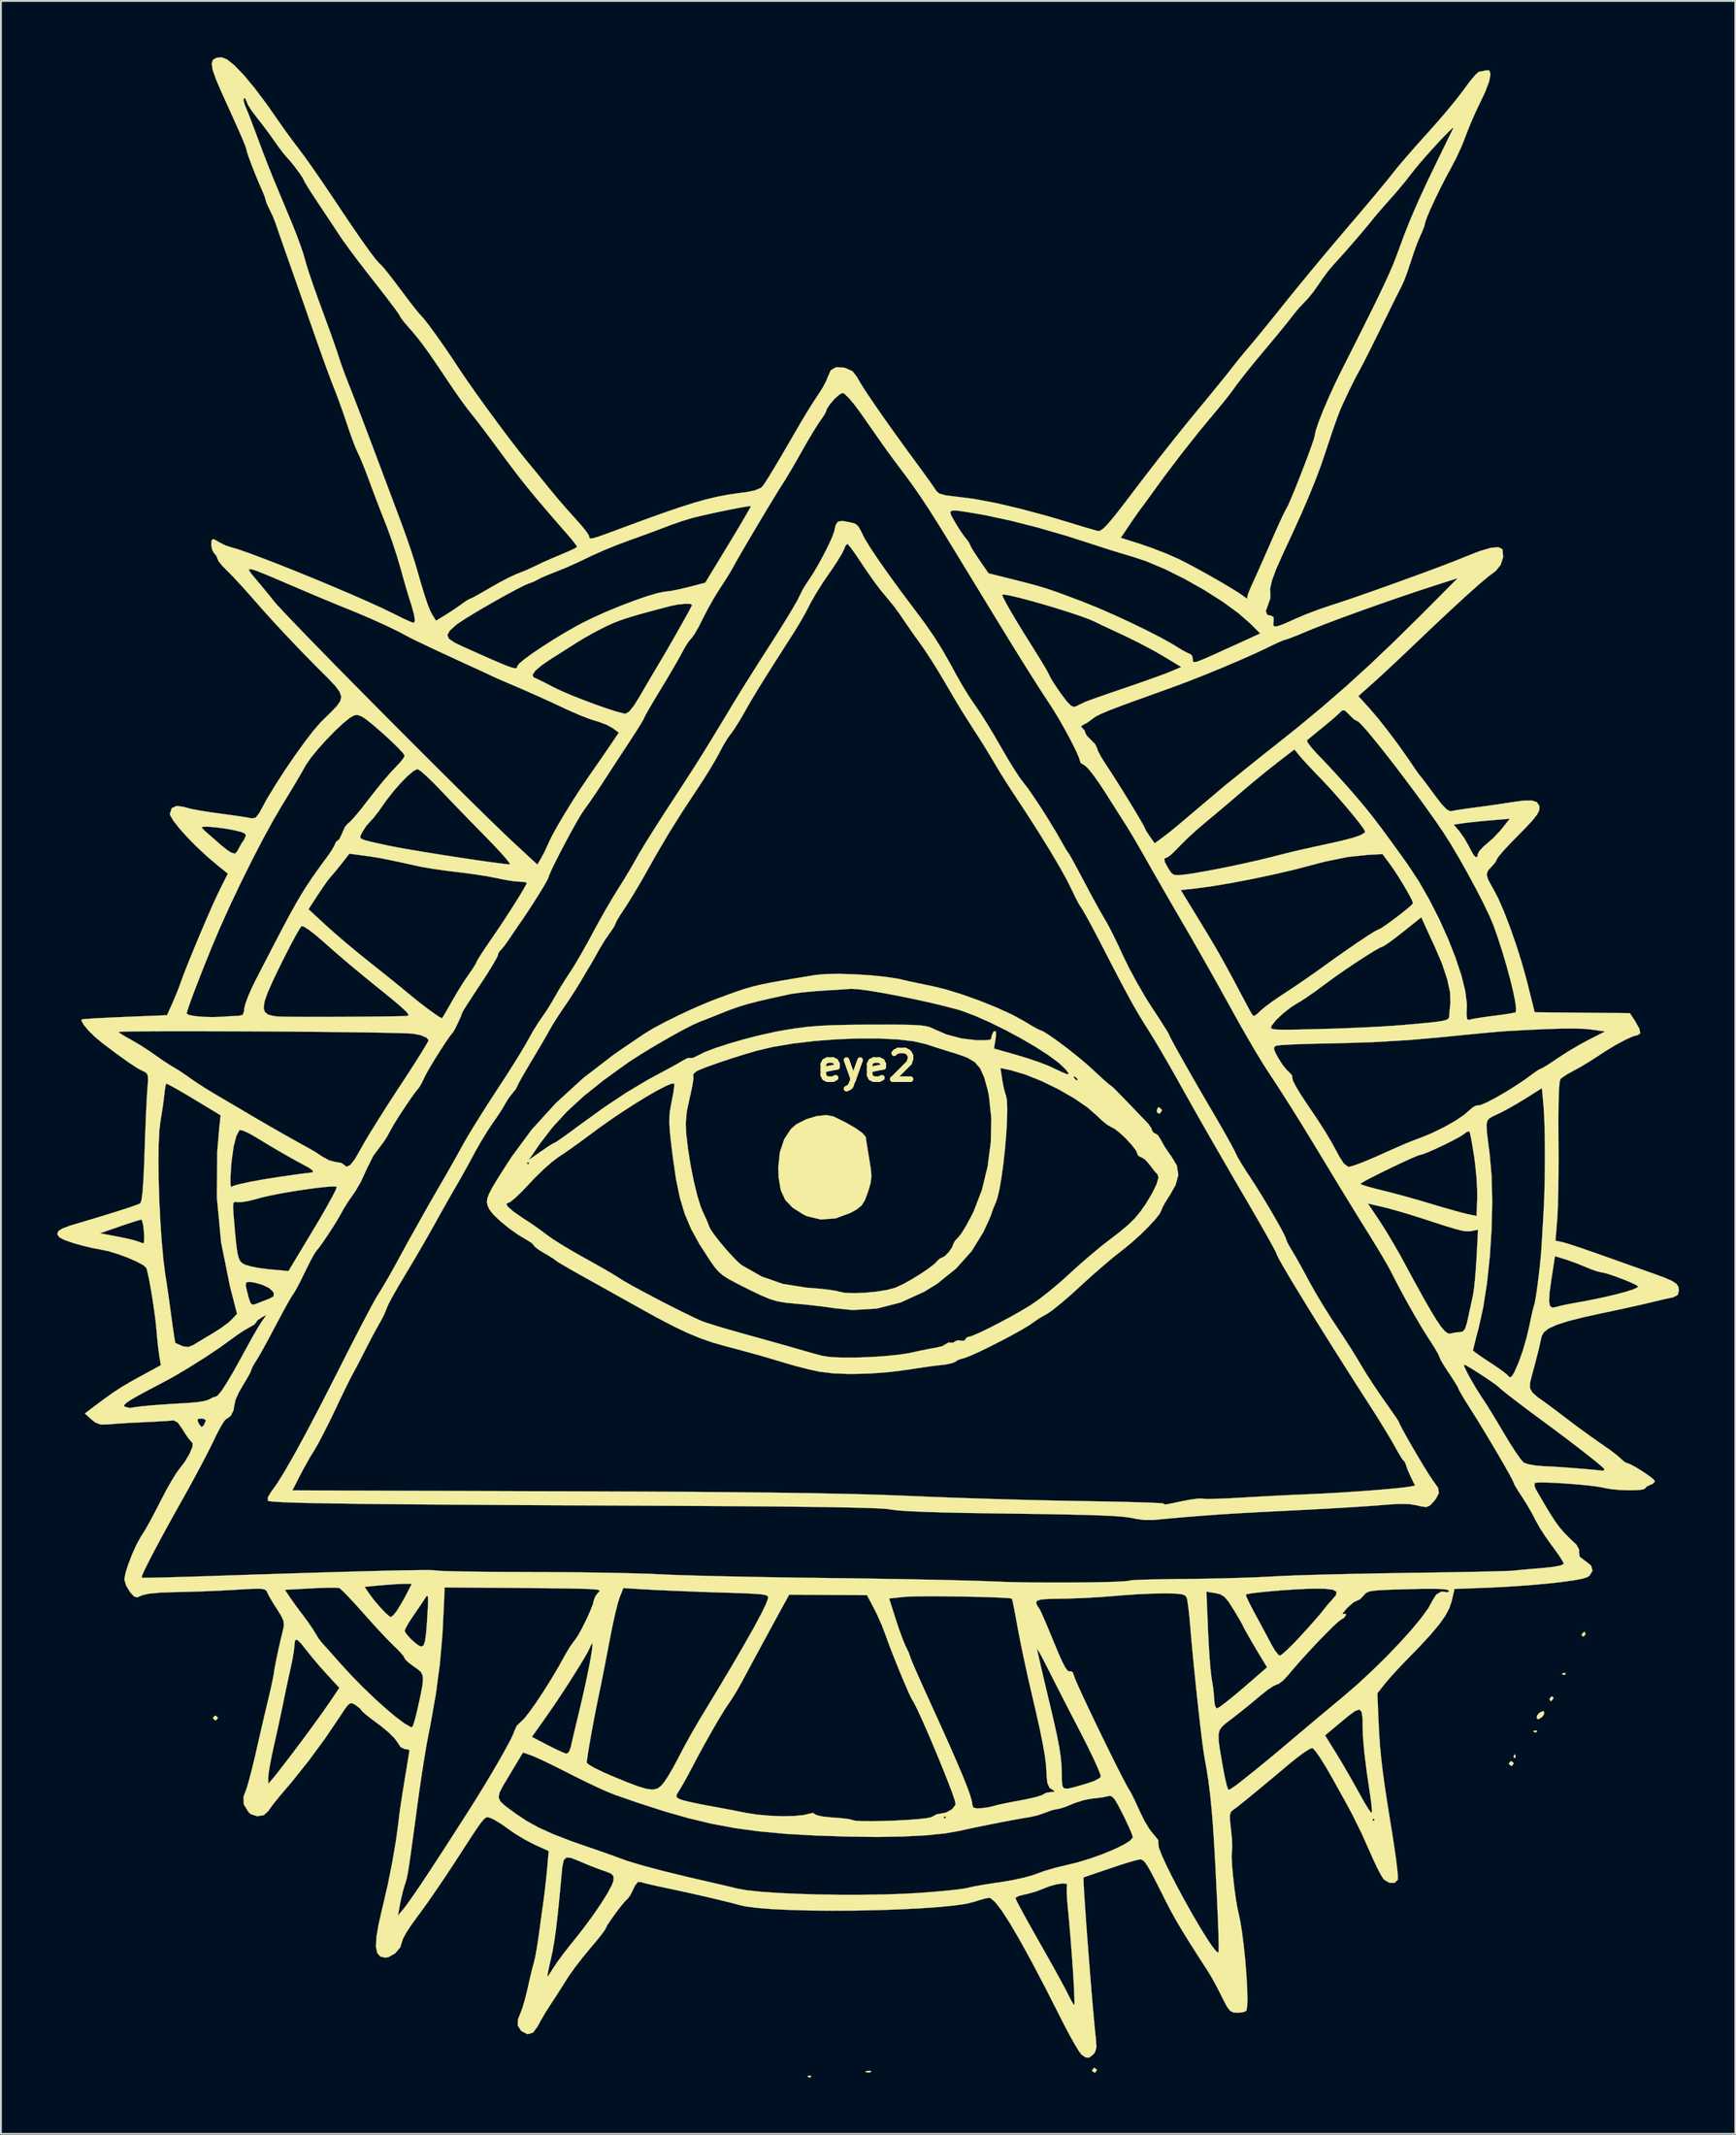
<source format=kicad_pcb>
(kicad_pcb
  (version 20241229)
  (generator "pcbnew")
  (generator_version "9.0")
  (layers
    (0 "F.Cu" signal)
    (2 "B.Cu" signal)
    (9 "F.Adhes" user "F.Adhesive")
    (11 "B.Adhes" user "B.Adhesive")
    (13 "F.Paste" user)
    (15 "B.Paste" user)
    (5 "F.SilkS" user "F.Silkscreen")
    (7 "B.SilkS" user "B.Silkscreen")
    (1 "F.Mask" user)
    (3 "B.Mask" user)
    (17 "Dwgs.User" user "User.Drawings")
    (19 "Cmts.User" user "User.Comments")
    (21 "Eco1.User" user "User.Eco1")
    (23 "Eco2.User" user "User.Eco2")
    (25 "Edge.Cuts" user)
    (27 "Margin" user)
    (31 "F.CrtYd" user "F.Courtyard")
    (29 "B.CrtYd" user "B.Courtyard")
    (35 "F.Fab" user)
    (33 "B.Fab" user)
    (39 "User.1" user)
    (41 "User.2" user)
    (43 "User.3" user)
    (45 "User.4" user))
  (footprint "eye2"
    (layer "F.Cu")
    (at 43.147 53.739)
    (property "Reference" "eye2" (at 0 0 0) (layer "F.SilkS") (effects (font (size 1.524 1.524) (thickness 0.3))))
    (attr through_hole)
    (fp_poly (pts (xy -2.978 53.778) (xy -2.996 53.854) (xy -3.063 53.863) (xy -3.168 53.817) (xy -3.148 53.778) (xy -2.997 53.763) (xy -2.978 53.778)) (stroke (width 0.01) (type solid)) (fill yes) (layer "F.SilkS"))
    (fp_poly (pts (xy 0.221 53.531) (xy 0.183 53.589) (xy 0.053 53.598) (xy -0.083 53.567) (xy -0.024 53.521) (xy 0.176 53.506) (xy 0.221 53.531)) (stroke (width 0.01) (type solid)) (fill yes) (layer "F.SilkS"))
    (fp_poly (pts (xy 34.547 36.675) (xy 34.563 36.826) (xy 34.547 36.845) (xy 34.472 36.827) (xy 34.462 36.76) (xy 34.509 36.655) (xy 34.547 36.675)) (stroke (width 0.01) (type solid)) (fill yes) (layer "F.SilkS"))
    (fp_poly (pts (xy 35.696 35.398) (xy 35.679 35.474) (xy 35.611 35.483) (xy 35.506 35.437) (xy 35.526 35.398) (xy 35.677 35.383) (xy 35.696 35.398)) (stroke (width 0.01) (type solid)) (fill yes) (layer "F.SilkS"))
    (fp_poly (pts (xy 37.228 32.335) (xy 37.21 32.411) (xy 37.143 32.42) (xy 37.038 32.373) (xy 37.058 32.335) (xy 37.209 32.32) (xy 37.228 32.335)) (stroke (width 0.01) (type solid)) (fill yes) (layer "F.SilkS"))
    (fp_poly (pts (xy -34.594 34.687) (xy -34.59 34.718) (xy -34.687 34.842) (xy -34.718 34.845) (xy -34.842 34.748) (xy -34.845 34.718) (xy -34.748 34.594) (xy -34.718 34.59) (xy -34.594 34.687)) (stroke (width 0.01) (type solid)) (fill yes) (layer "F.SilkS"))
    (fp_poly (pts (xy 12.25 53.45) (xy 12.253 53.48) (xy 12.156 53.604) (xy 12.126 53.608) (xy 12.002 53.511) (xy 11.998 53.48) (xy 12.095 53.356) (xy 12.126 53.353) (xy 12.25 53.45)) (stroke (width 0.01) (type solid)) (fill yes) (layer "F.SilkS"))
    (fp_poly (pts (xy 15.713 2.326) (xy 15.719 2.361) (xy 15.619 2.511) (xy 15.581 2.528) (xy 15.465 2.467) (xy 15.444 2.361) (xy 15.509 2.202) (xy 15.581 2.194) (xy 15.713 2.326)) (stroke (width 0.01) (type solid)) (fill yes) (layer "F.SilkS"))
    (fp_poly (pts (xy 34.459 37.112) (xy 34.462 37.143) (xy 34.365 37.267) (xy 34.335 37.27) (xy 34.211 37.173) (xy 34.207 37.143) (xy 34.304 37.019) (xy 34.335 37.015) (xy 34.459 37.112)) (stroke (width 0.01) (type solid)) (fill yes) (layer "F.SilkS"))
    (fp_poly (pts (xy 36.085 34.383) (xy 36.075 34.526) (xy 35.97 34.669) (xy 35.779 34.784) (xy 35.691 34.744) (xy 35.708 34.585) (xy 35.851 34.426) (xy 36.022 34.357) (xy 36.085 34.383)) (stroke (width 0.01) (type solid)) (fill yes) (layer "F.SilkS"))
    (fp_poly (pts (xy 36.588 33.647) (xy 36.568 33.696) (xy 36.454 33.818) (xy 36.433 33.824) (xy 36.378 33.725) (xy 36.377 33.696) (xy 36.475 33.574) (xy 36.512 33.569) (xy 36.588 33.647)) (stroke (width 0.01) (type solid)) (fill yes) (layer "F.SilkS"))
    (fp_poly (pts (xy 38.29 30.221) (xy 38.291 30.25) (xy 38.193 30.373) (xy 38.156 30.378) (xy 38.08 30.3) (xy 38.1 30.25) (xy 38.215 30.128) (xy 38.235 30.123) (xy 38.29 30.221)) (stroke (width 0.01) (type solid)) (fill yes) (layer "F.SilkS"))
    (fp_poly (pts (xy -1.787 2.675) (xy -1.132 2.998) (xy -0.604 3.302) (xy -0.237 3.566) (xy -0.066 3.766) (xy -0.059 3.796) (xy -0.028 4.026) (xy 0.036 4.427) (xy 0.118 4.918) (xy 0.131 4.993) (xy 0.213 5.516) (xy 0.236 5.889) (xy 0.196 6.215) (xy 0.088 6.596) (xy 0.049 6.712) (xy -0.112 7.144) (xy -0.286 7.419) (xy -0.549 7.629) (xy -0.881 7.814) (xy -1.674 8.106) (xy -2.459 8.165) (xy -3.198 7.988) (xy -3.384 7.9) (xy -3.962 7.534) (xy -4.356 7.117) (xy -4.594 6.598) (xy -4.705 5.923) (xy -4.723 5.395) (xy -4.64 4.586) (xy -4.406 3.883) (xy -4.042 3.334) (xy -3.758 3.092) (xy -3.235 2.826) (xy -2.673 2.657) (xy -2.155 2.605) (xy -1.787 2.675)) (stroke (width 0.01) (type solid)) (fill yes) (layer "F.SilkS"))
    (fp_poly (pts (xy -0.958 -28.981) (xy -0.632 -28.898) (xy -0.458 -28.751) (xy -0.296 -28.462) (xy -0.281 -28.424) (xy -0.123 -28.105) (xy 0.18 -27.611) (xy 0.61 -26.967) (xy 1.152 -26.195) (xy 1.789 -25.32) (xy 2.505 -24.366) (xy 2.506 -24.364) (xy 3.087 -23.585) (xy 3.562 -22.9) (xy 3.99 -22.221) (xy 4.428 -21.457) (xy 4.74 -20.883) (xy 5.064 -20.311) (xy 5.427 -19.72) (xy 5.758 -19.225) (xy 5.805 -19.16) (xy 6.076 -18.762) (xy 6.423 -18.213) (xy 6.801 -17.586) (xy 7.153 -16.976) (xy 7.499 -16.379) (xy 7.842 -15.822) (xy 8.142 -15.366) (xy 8.362 -15.072) (xy 8.371 -15.061) (xy 8.597 -14.769) (xy 8.913 -14.312) (xy 9.284 -13.749) (xy 9.672 -13.136) (xy 10.041 -12.53) (xy 10.353 -11.989) (xy 10.453 -11.807) (xy 10.613 -11.528) (xy 10.726 -11.365) (xy 10.732 -11.36) (xy 10.815 -11.229) (xy 10.992 -10.915) (xy 11.237 -10.463) (xy 11.527 -9.917) (xy 11.588 -9.802) (xy 11.912 -9.19) (xy 12.226 -8.613) (xy 12.494 -8.134) (xy 12.682 -7.815) (xy 12.689 -7.803) (xy 12.871 -7.481) (xy 13.12 -6.995) (xy 13.401 -6.415) (xy 13.636 -5.906) (xy 13.979 -5.205) (xy 14.409 -4.409) (xy 14.863 -3.631) (xy 15.173 -3.142) (xy 15.514 -2.624) (xy 15.796 -2.186) (xy 15.994 -1.87) (xy 16.081 -1.719) (xy 16.082 -1.712) (xy 16.144 -1.572) (xy 16.318 -1.243) (xy 16.586 -0.756) (xy 16.932 -0.141) (xy 17.337 0.57) (xy 17.784 1.346) (xy 18.256 2.156) (xy 18.462 2.507) (xy 18.83 3.139) (xy 19.158 3.714) (xy 19.42 4.188) (xy 19.593 4.516) (xy 19.644 4.626) (xy 19.768 4.873) (xy 19.997 5.26) (xy 20.288 5.717) (xy 20.399 5.884) (xy 20.707 6.357) (xy 21.049 6.905) (xy 21.397 7.482) (xy 21.725 8.044) (xy 22.007 8.543) (xy 22.216 8.936) (xy 22.326 9.176) (xy 22.337 9.219) (xy 22.399 9.382) (xy 22.557 9.67) (xy 22.636 9.799) (xy 22.828 10.122) (xy 23.094 10.594) (xy 23.39 11.137) (xy 23.543 11.424) (xy 23.885 12.036) (xy 24.31 12.748) (xy 24.752 13.451) (xy 24.999 13.823) (xy 25.392 14.415) (xy 25.784 15.024) (xy 26.121 15.567) (xy 26.3 15.871) (xy 26.579 16.333) (xy 26.949 16.908) (xy 27.35 17.502) (xy 27.545 17.781) (xy 27.868 18.238) (xy 28.127 18.612) (xy 28.292 18.859) (xy 28.336 18.933) (xy 28.398 19.082) (xy 28.564 19.399) (xy 28.806 19.833) (xy 29.095 20.336) (xy 29.402 20.858) (xy 29.696 21.348) (xy 29.951 21.758) (xy 30.136 22.037) (xy 30.189 22.108) (xy 30.434 22.456) (xy 30.479 22.736) (xy 30.322 23.037) (xy 30.199 23.189) (xy 29.993 23.405) (xy 29.807 23.482) (xy 29.536 23.448) (xy 29.338 23.397) (xy 28.906 23.324) (xy 28.343 23.313) (xy 27.593 23.361) (xy 27.506 23.37) (xy 27.04 23.408) (xy 26.365 23.454) (xy 25.531 23.507) (xy 24.583 23.562) (xy 23.569 23.617) (xy 22.537 23.669) (xy 22.464 23.673) (xy 21.107 23.741) (xy 19.942 23.804) (xy 18.906 23.868) (xy 17.937 23.937) (xy 16.972 24.014) (xy 15.948 24.105) (xy 15.253 24.17) (xy 14.786 24.171) (xy 14.333 24.11) (xy 14.295 24.101) (xy 14.086 24.056) (xy 13.816 24.016) (xy 13.465 23.982) (xy 13.01 23.952) (xy 12.431 23.926) (xy 11.706 23.902) (xy 10.814 23.881) (xy 9.733 23.86) (xy 8.442 23.84) (xy 6.919 23.82) (xy 6.743 23.818) (xy 5.343 23.796) (xy 4.123 23.77) (xy 3.096 23.739) (xy 2.278 23.703) (xy 1.681 23.664) (xy 1.322 23.622) (xy 1.264 23.61) (xy 1.068 23.582) (xy 0.688 23.557) (xy 0.117 23.533) (xy -0.652 23.512) (xy -1.626 23.492) (xy -2.814 23.474) (xy -4.221 23.458) (xy -5.857 23.443) (xy -7.727 23.43) (xy -9.84 23.418) (xy -11.542 23.41) (xy -14.324 23.397) (xy -16.861 23.385) (xy -19.161 23.372) (xy -21.235 23.359) (xy -23.092 23.346) (xy -24.741 23.333) (xy -26.192 23.319) (xy -27.455 23.304) (xy -28.538 23.288) (xy -29.453 23.272) (xy -30.207 23.254) (xy -30.811 23.235) (xy -31.274 23.215) (xy -31.607 23.194) (xy -31.817 23.171) (xy -31.915 23.146) (xy -31.922 23.141) (xy -31.927 22.973) (xy -31.774 22.707) (xy -31.749 22.675) (xy -31.689 22.591) (xy -30.617 22.591) (xy -28.423 22.601) (xy -27.971 22.603) (xy -27.286 22.605) (xy -26.39 22.608) (xy -25.306 22.612) (xy -24.054 22.617) (xy -22.659 22.621) (xy -21.141 22.627) (xy -19.523 22.632) (xy -17.828 22.638) (xy -16.077 22.643) (xy -14.292 22.649) (xy -14.232 22.649) (xy -11.567 22.66) (xy -9.144 22.674) (xy -6.948 22.692) (xy -4.965 22.714) (xy -3.182 22.74) (xy -1.583 22.77) (xy -0.156 22.804) (xy 1.115 22.844) (xy 2.242 22.888) (xy 2.297 22.891) (xy 3.629 22.946) (xy 5.126 23) (xy 6.707 23.051) (xy 8.29 23.096) (xy 9.793 23.132) (xy 11.133 23.158) (xy 11.284 23.16) (xy 12.325 23.178) (xy 13.283 23.197) (xy 14.13 23.218) (xy 14.834 23.239) (xy 15.368 23.259) (xy 15.701 23.278) (xy 15.804 23.293) (xy 15.833 23.329) (xy 15.87 23.346) (xy 15.968 23.338) (xy 16.182 23.297) (xy 16.566 23.217) (xy 16.823 23.163) (xy 17.288 23.077) (xy 17.654 23.03) (xy 17.852 23.03) (xy 17.863 23.034) (xy 18.021 23.05) (xy 18.387 23.049) (xy 18.915 23.032) (xy 19.558 23.002) (xy 19.93 22.981) (xy 20.815 22.93) (xy 21.804 22.877) (xy 22.779 22.83) (xy 23.625 22.793) (xy 23.677 22.791) (xy 24.431 22.756) (xy 25.261 22.708) (xy 26.116 22.652) (xy 26.947 22.591) (xy 27.701 22.528) (xy 28.329 22.469) (xy 28.779 22.416) (xy 28.931 22.391) (xy 29.206 22.338) (xy 28.962 21.833) (xy 28.813 21.497) (xy 28.727 21.253) (xy 28.719 21.205) (xy 28.638 21.047) (xy 28.623 21.039) (xy 28.517 20.912) (xy 28.337 20.623) (xy 28.154 20.294) (xy 27.941 19.918) (xy 27.627 19.394) (xy 27.254 18.789) (xy 26.861 18.169) (xy 26.814 18.096) (xy 26.108 17) (xy 25.413 15.909) (xy 24.742 14.846) (xy 24.107 13.834) (xy 23.523 12.893) (xy 23.004 12.046) (xy 22.562 11.316) (xy 22.212 10.723) (xy 21.967 10.291) (xy 21.841 10.041) (xy 21.826 9.993) (xy 21.763 9.851) (xy 21.586 9.518) (xy 21.308 9.019) (xy 20.946 8.382) (xy 20.515 7.635) (xy 20.044 6.829) (xy 19.64 6.137) (xy 19.154 5.299) (xy 18.631 4.393) (xy 18.115 3.495) (xy 17.65 2.682) (xy 17.577 2.553) (xy 17.421 2.277) (xy 17.172 1.835) (xy 16.861 1.281) (xy 16.519 0.67) (xy 16.43 0.511) (xy 16.05 -0.158) (xy 15.658 -0.833) (xy 15.295 -1.442) (xy 15.007 -1.909) (xy 14.98 -1.95) (xy 14.704 -2.388) (xy 14.436 -2.833) (xy 14.155 -3.321) (xy 13.842 -3.893) (xy 13.474 -4.584) (xy 13.032 -5.433) (xy 12.576 -6.318) (xy 12.239 -6.967) (xy 11.932 -7.546) (xy 11.677 -8.011) (xy 11.499 -8.322) (xy 11.431 -8.424) (xy 11.294 -8.639) (xy 11.103 -9.002) (xy 10.936 -9.355) (xy 10.654 -9.92) (xy 10.245 -10.656) (xy 9.729 -11.526) (xy 9.129 -12.495) (xy 8.466 -13.527) (xy 8.117 -14.057) (xy 7.733 -14.641) (xy 7.365 -15.213) (xy 7.057 -15.705) (xy 6.858 -16.037) (xy 6.584 -16.502) (xy 6.259 -17.035) (xy 6.055 -17.359) (xy 5.743 -17.845) (xy 5.42 -18.35) (xy 5.237 -18.635) (xy 5.016 -18.992) (xy 4.714 -19.494) (xy 4.378 -20.063) (xy 4.161 -20.436) (xy 3.803 -21.036) (xy 3.421 -21.648) (xy 3.071 -22.179) (xy 2.907 -22.414) (xy 2.563 -22.894) (xy 2.217 -23.389) (xy 1.978 -23.738) (xy 1.717 -24.118) (xy 1.477 -24.447) (xy 1.383 -24.568) (xy 1.177 -24.817) (xy 0.892 -25.163) (xy 0.737 -25.351) (xy 0.462 -25.709) (xy 0.115 -26.194) (xy -0.24 -26.714) (xy -0.326 -26.847) (xy -0.613 -27.275) (xy -0.853 -27.608) (xy -1.009 -27.796) (xy -1.044 -27.821) (xy -1.144 -27.719) (xy -1.218 -27.538) (xy -1.328 -27.312) (xy -1.551 -26.942) (xy -1.848 -26.489) (xy -2.028 -26.23) (xy -2.386 -25.702) (xy -2.723 -25.166) (xy -2.984 -24.712) (xy -3.056 -24.57) (xy -3.286 -24.129) (xy -3.591 -23.594) (xy -3.892 -23.103) (xy -4.517 -22.126) (xy -5.022 -21.333) (xy -5.427 -20.691) (xy -5.752 -20.168) (xy -6.017 -19.734) (xy -6.24 -19.356) (xy -6.442 -19.003) (xy -6.505 -18.89) (xy -6.78 -18.417) (xy -7.038 -18.004) (xy -7.233 -17.724) (xy -7.271 -17.678) (xy -7.454 -17.424) (xy -7.684 -17.037) (xy -7.85 -16.721) (xy -8.068 -16.322) (xy -8.384 -15.79) (xy -8.753 -15.202) (xy -9.045 -14.758) (xy -9.845 -13.543) (xy -10.55 -12.419) (xy -11.223 -11.277) (xy -11.716 -10.403) (xy -12.06 -9.798) (xy -12.42 -9.191) (xy -12.744 -8.668) (xy -12.913 -8.409) (xy -13.16 -8.033) (xy -13.335 -7.739) (xy -13.402 -7.591) (xy -13.473 -7.434) (xy -13.649 -7.168) (xy -13.703 -7.096) (xy -13.954 -6.732) (xy -14.224 -6.291) (xy -14.309 -6.141) (xy -14.515 -5.769) (xy -14.689 -5.466) (xy -14.744 -5.375) (xy -14.878 -5.154) (xy -15.087 -4.803) (xy -15.246 -4.531) (xy -15.523 -4.079) (xy -15.867 -3.547) (xy -16.151 -3.127) (xy -16.457 -2.672) (xy -16.737 -2.23) (xy -16.92 -1.915) (xy -17.085 -1.619) (xy -17.344 -1.174) (xy -17.656 -0.645) (xy -17.897 -0.242) (xy -18.193 0.256) (xy -18.432 0.674) (xy -18.588 0.962) (xy -18.635 1.072) (xy -18.713 1.221) (xy -18.87 1.412) (xy -19.108 1.721) (xy -19.283 2.012) (xy -19.455 2.307) (xy -19.716 2.705) (xy -19.932 3.013) (xy -20.221 3.446) (xy -20.56 4) (xy -20.882 4.569) (xy -20.937 4.672) (xy -21.243 5.239) (xy -21.567 5.822) (xy -21.845 6.31) (xy -21.887 6.382) (xy -22.123 6.787) (xy -22.435 7.337) (xy -22.781 7.951) (xy -23.043 8.424) (xy -23.429 9.109) (xy -23.885 9.898) (xy -24.345 10.678) (xy -24.64 11.168) (xy -24.974 11.728) (xy -25.263 12.235) (xy -25.477 12.637) (xy -25.587 12.881) (xy -25.591 12.891) (xy -25.721 13.218) (xy -25.917 13.594) (xy -25.943 13.637) (xy -26.12 13.949) (xy -26.366 14.406) (xy -26.637 14.927) (xy -26.728 15.105) (xy -26.981 15.6) (xy -27.206 16.032) (xy -27.368 16.332) (xy -27.408 16.402) (xy -27.517 16.607) (xy -27.709 16.994) (xy -27.96 17.511) (xy -28.245 18.108) (xy -28.325 18.277) (xy -28.636 18.922) (xy -28.944 19.533) (xy -29.215 20.049) (xy -29.418 20.405) (xy -29.444 20.447) (xy -29.697 20.862) (xy -29.989 21.381) (xy -30.208 21.794) (xy -30.617 22.591) (xy -31.689 22.591) (xy -31.428 22.225) (xy -31.008 21.547) (xy -30.492 20.645) (xy -29.882 19.526) (xy -29.183 18.195) (xy -28.396 16.656) (xy -28.235 16.338) (xy -27.779 15.436) (xy -27.343 14.583) (xy -26.945 13.813) (xy -26.602 13.159) (xy -26.333 12.656) (xy -26.154 12.336) (xy -26.119 12.277) (xy -25.796 11.756) (xy -25.468 11.194) (xy -25.091 10.518) (xy -24.855 10.083) (xy -24.593 9.602) (xy -24.327 9.121) (xy -24.186 8.871) (xy -23.927 8.41) (xy -23.659 7.93) (xy -23.615 7.85) (xy -23.426 7.514) (xy -23.152 7.036) (xy -22.84 6.495) (xy -22.675 6.213) (xy -22.322 5.6) (xy -21.949 4.942) (xy -21.62 4.35) (xy -21.522 4.17) (xy -21.284 3.756) (xy -20.94 3.187) (xy -20.523 2.519) (xy -20.069 1.808) (xy -19.722 1.276) (xy -19.276 0.592) (xy -18.853 -0.073) (xy -18.483 -0.667) (xy -18.199 -1.141) (xy -18.052 -1.404) (xy -17.79 -1.874) (xy -17.508 -2.326) (xy -17.35 -2.553) (xy -17.087 -2.934) (xy -16.797 -3.402) (xy -16.662 -3.638) (xy -16.389 -4.108) (xy -16.055 -4.644) (xy -15.835 -4.978) (xy -15.579 -5.382) (xy -15.253 -5.935) (xy -14.902 -6.557) (xy -14.628 -7.064) (xy -14.273 -7.717) (xy -13.89 -8.394) (xy -13.53 -9.005) (xy -13.31 -9.361) (xy -12.989 -9.873) (xy -12.678 -10.386) (xy -12.437 -10.8) (xy -12.411 -10.849) (xy -12.162 -11.287) (xy -11.841 -11.823) (xy -11.431 -12.481) (xy -10.915 -13.289) (xy -10.277 -14.273) (xy -10.012 -14.678) (xy -9.594 -15.32) (xy -9.225 -15.892) (xy -8.875 -16.445) (xy -8.513 -17.028) (xy -8.109 -17.689) (xy -7.631 -18.479) (xy -7.144 -19.287) (xy -6.823 -19.813) (xy -6.403 -20.487) (xy -5.926 -21.244) (xy -5.434 -22.018) (xy -5.102 -22.534) (xy -4.675 -23.204) (xy -4.285 -23.83) (xy -3.96 -24.371) (xy -3.724 -24.782) (xy -3.608 -25.01) (xy -3.394 -25.439) (xy -3.135 -25.843) (xy -3.129 -25.851) (xy -2.889 -26.209) (xy -2.606 -26.688) (xy -2.315 -27.223) (xy -2.051 -27.747) (xy -1.847 -28.194) (xy -1.74 -28.497) (xy -1.736 -28.519) (xy -1.661 -28.832) (xy -1.544 -29.001) (xy -1.328 -29.044) (xy -0.958 -28.981)) (stroke (width 0.01) (type solid)) (fill yes) (layer "F.SilkS"))
    (fp_poly (pts (xy -0.681 -4.895) (xy 0.16 -4.843) (xy 0.951 -4.765) (xy 1.618 -4.665) (xy 1.904 -4.603) (xy 2.246 -4.523) (xy 2.744 -4.416) (xy 3.305 -4.301) (xy 3.446 -4.274) (xy 4.205 -4.089) (xy 5.087 -3.816) (xy 6.019 -3.482) (xy 6.925 -3.117) (xy 7.732 -2.748) (xy 8.365 -2.404) (xy 8.374 -2.399) (xy 8.768 -2.161) (xy 9.075 -1.988) (xy 9.234 -1.915) (xy 9.239 -1.915) (xy 9.418 -1.838) (xy 9.746 -1.629) (xy 10.178 -1.324) (xy 10.668 -0.956) (xy 11.172 -0.558) (xy 11.645 -0.165) (xy 12.039 0.189) (xy 12.043 0.192) (xy 12.427 0.55) (xy 12.738 0.831) (xy 12.933 0.995) (xy 12.974 1.021) (xy 13.019 1.048) (xy 13.123 1.141) (xy 13.306 1.321) (xy 13.59 1.611) (xy 13.994 2.029) (xy 14.54 2.598) (xy 14.996 3.074) (xy 15.153 3.301) (xy 15.189 3.425) (xy 15.289 3.563) (xy 15.349 3.574) (xy 15.507 3.679) (xy 15.669 3.934) (xy 15.675 3.948) (xy 15.861 4.284) (xy 16.125 4.675) (xy 16.217 4.795) (xy 16.514 5.292) (xy 16.591 5.79) (xy 16.447 6.329) (xy 16.146 6.857) (xy 15.912 7.224) (xy 15.75 7.514) (xy 15.699 7.649) (xy 15.608 7.846) (xy 15.36 8.163) (xy 14.996 8.557) (xy 14.559 8.987) (xy 14.088 9.41) (xy 13.625 9.785) (xy 13.603 9.802) (xy 13.159 10.153) (xy 12.6 10.622) (xy 11.994 11.151) (xy 11.411 11.68) (xy 11.358 11.729) (xy 10.837 12.202) (xy 10.343 12.627) (xy 9.923 12.965) (xy 9.625 13.176) (xy 9.571 13.207) (xy 9.228 13.398) (xy 8.962 13.574) (xy 8.935 13.597) (xy 8.672 13.782) (xy 8.251 14.035) (xy 7.72 14.33) (xy 7.13 14.642) (xy 6.531 14.946) (xy 5.973 15.215) (xy 5.505 15.425) (xy 5.179 15.549) (xy 5.07 15.572) (xy 4.834 15.655) (xy 4.758 15.716) (xy 4.548 15.815) (xy 4.196 15.89) (xy 4.062 15.905) (xy 3.692 15.946) (xy 3.159 16.017) (xy 2.55 16.107) (xy 2.234 16.157) (xy 1.213 16.29) (xy 0.157 16.369) (xy -0.866 16.394) (xy -1.784 16.362) (xy -2.527 16.272) (xy -2.545 16.269) (xy -3.138 16.138) (xy -3.796 15.969) (xy -4.204 15.852) (xy -5.648 15.423) (xy -7.055 15.038) (xy -7.495 14.924) (xy -8.193 14.727) (xy -8.863 14.497) (xy -9.555 14.211) (xy -10.319 13.847) (xy -11.205 13.383) (xy -12.062 12.911) (xy -12.818 12.488) (xy -13.613 12.044) (xy -14.373 11.62) (xy -15.02 11.26) (xy -15.253 11.131) (xy -15.765 10.842) (xy -16.191 10.595) (xy -16.484 10.417) (xy -16.593 10.339) (xy -16.734 10.233) (xy -17.02 10.057) (xy -17.199 9.955) (xy -17.515 9.76) (xy -17.71 9.604) (xy -17.742 9.553) (xy -17.843 9.432) (xy -18.091 9.271) (xy -18.122 9.255) (xy -18.585 8.979) (xy -19.08 8.626) (xy -19.543 8.248) (xy -19.911 7.896) (xy -20.12 7.626) (xy -20.207 7.438) (xy -20.232 7.333) (xy -19.221 7.333) (xy -19.123 7.496) (xy -18.829 7.75) (xy -18.354 8.08) (xy -18.252 8.144) (xy -17.778 8.458) (xy -17.302 8.796) (xy -17.04 8.996) (xy -16.728 9.217) (xy -16.254 9.517) (xy -15.682 9.858) (xy -15.076 10.201) (xy -15.061 10.209) (xy -14.476 10.534) (xy -13.943 10.838) (xy -13.517 11.087) (xy -13.256 11.25) (xy -13.242 11.26) (xy -12.945 11.445) (xy -12.47 11.714) (xy -11.871 12.039) (xy -11.199 12.394) (xy -10.508 12.751) (xy -9.85 13.082) (xy -9.278 13.36) (xy -8.843 13.558) (xy -8.807 13.574) (xy -8.528 13.673) (xy -8.058 13.821) (xy -7.453 14.002) (xy -6.77 14.197) (xy -6.446 14.287) (xy -5.703 14.493) (xy -4.973 14.697) (xy -4.325 14.879) (xy -3.828 15.021) (xy -3.702 15.058) (xy -3.18 15.208) (xy -2.674 15.349) (xy -2.361 15.431) (xy -1.951 15.49) (xy -1.351 15.519) (xy -0.626 15.519) (xy 0.159 15.493) (xy 0.942 15.443) (xy 1.656 15.373) (xy 2.24 15.283) (xy 2.361 15.257) (xy 2.882 15.143) (xy 3.368 15.046) (xy 3.696 14.99) (xy 4.017 14.911) (xy 4.214 14.8) (xy 4.224 14.787) (xy 4.385 14.707) (xy 4.444 14.728) (xy 4.62 14.719) (xy 4.661 14.675) (xy 4.834 14.598) (xy 4.989 14.618) (xy 5.186 14.626) (xy 5.233 14.559) (xy 5.335 14.434) (xy 5.402 14.423) (xy 5.608 14.363) (xy 5.986 14.201) (xy 6.486 13.961) (xy 7.058 13.668) (xy 7.654 13.349) (xy 8.225 13.027) (xy 8.72 12.729) (xy 8.725 12.726) (xy 9.185 12.405) (xy 9.746 11.967) (xy 10.331 11.475) (xy 10.75 11.096) (xy 11.307 10.59) (xy 11.907 10.07) (xy 12.468 9.604) (xy 12.81 9.337) (xy 13.445 8.849) (xy 13.918 8.454) (xy 14.279 8.101) (xy 14.577 7.741) (xy 14.856 7.339) (xy 15.203 6.763) (xy 15.433 6.286) (xy 15.534 5.941) (xy 15.491 5.764) (xy 15.49 5.764) (xy 15.343 5.611) (xy 15.131 5.339) (xy 15.078 5.265) (xy 14.85 4.999) (xy 14.645 4.858) (xy 14.606 4.85) (xy 14.442 4.758) (xy 14.423 4.685) (xy 14.334 4.485) (xy 14.105 4.186) (xy 13.798 3.852) (xy 13.471 3.544) (xy 13.184 3.324) (xy 13.055 3.26) (xy 12.808 3.122) (xy 12.486 2.859) (xy 12.289 2.666) (xy 11.748 2.192) (xy 11.025 1.698) (xy 10.185 1.217) (xy 9.294 0.785) (xy 8.699 0.547) (xy 10.997 0.547) (xy 11.029 0.618) (xy 11.157 0.755) (xy 11.231 0.727) (xy 11.232 0.71) (xy 11.142 0.602) (xy 11.085 0.562) (xy 10.997 0.547) (xy 8.699 0.547) (xy 8.419 0.436) (xy 7.627 0.204) (xy 7.546 0.187) (xy 7.115 0.1) (xy 7.208 0.72) (xy 7.282 1.126) (xy 7.365 1.443) (xy 7.4 1.532) (xy 7.457 1.799) (xy 7.476 2.269) (xy 7.463 2.89) (xy 7.422 3.614) (xy 7.356 4.39) (xy 7.272 5.169) (xy 7.173 5.9) (xy 7.064 6.535) (xy 6.95 7.022) (xy 6.875 7.236) (xy 6.733 7.573) (xy 6.648 7.805) (xy 6.637 7.853) (xy 6.585 7.998) (xy 6.447 8.312) (xy 6.25 8.732) (xy 6.194 8.849) (xy 5.575 9.855) (xy 4.742 10.783) (xy 3.733 11.594) (xy 3.05 12.014) (xy 1.785 12.588) (xy 0.519 12.911) (xy -0.769 12.987) (xy -1.723 12.89) (xy -2.289 12.809) (xy -2.977 12.727) (xy -3.658 12.661) (xy -3.784 12.65) (xy -4.328 12.598) (xy -4.761 12.525) (xy -5.166 12.405) (xy -5.626 12.214) (xy -6.222 11.928) (xy -6.273 11.902) (xy -6.902 11.587) (xy -7.351 11.346) (xy -7.668 11.145) (xy -7.903 10.946) (xy -8.104 10.713) (xy -8.321 10.409) (xy -8.369 10.339) (xy -8.933 9.465) (xy -9.372 8.662) (xy -9.709 7.866) (xy -9.967 7.011) (xy -10.17 6.032) (xy -10.341 4.864) (xy -10.343 4.85) (xy -10.439 4.069) (xy -10.501 3.484) (xy -10.529 3.047) (xy -9.656 3.047) (xy -9.634 3.574) (xy -9.534 4.421) (xy -9.393 5.299) (xy -9.223 6.147) (xy -9.038 6.902) (xy -8.851 7.502) (xy -8.744 7.759) (xy -8.571 8.13) (xy -8.455 8.403) (xy -8.424 8.499) (xy -8.343 8.678) (xy -8.129 8.987) (xy -7.827 9.373) (xy -7.481 9.784) (xy -7.136 10.165) (xy -6.836 10.464) (xy -6.669 10.601) (xy -5.606 11.204) (xy -4.481 11.595) (xy -3.234 11.794) (xy -3.075 11.806) (xy -2.491 11.854) (xy -1.981 11.912) (xy -1.613 11.973) (xy -1.479 12.01) (xy -1.164 12.073) (xy -0.674 12.09) (xy -0.087 12.066) (xy 0.523 12.006) (xy 1.079 11.916) (xy 1.506 11.802) (xy 1.532 11.792) (xy 1.929 11.606) (xy 2.4 11.345) (xy 2.881 11.048) (xy 3.309 10.756) (xy 3.621 10.51) (xy 3.74 10.381) (xy 3.906 10.228) (xy 3.975 10.211) (xy 4.152 10.116) (xy 4.369 9.894) (xy 4.541 9.643) (xy 4.591 9.497) (xy 4.681 9.317) (xy 4.87 9.114) (xy 5.043 8.896) (xy 5.281 8.509) (xy 5.546 8.018) (xy 5.696 7.716) (xy 6.126 6.597) (xy 6.43 5.348) (xy 6.601 4.045) (xy 6.627 2.765) (xy 6.502 1.583) (xy 6.44 1.285) (xy 6.251 0.599) (xy 6.034 0.115) (xy 5.744 -0.221) (xy 5.336 -0.462) (xy 4.811 -0.648) (xy 4.224 -0.829) (xy 3.61 -1.023) (xy 3.16 -1.171) (xy 2.505 -1.325) (xy 1.649 -1.426) (xy 0.64 -1.476) (xy -0.473 -1.477) (xy -1.642 -1.431) (xy -2.82 -1.34) (xy -3.957 -1.205) (xy -5.005 -1.028) (xy -5.871 -0.824) (xy -6.533 -0.63) (xy -7.228 -0.412) (xy -7.897 -0.188) (xy -8.48 0.019) (xy -8.916 0.19) (xy -9.095 0.273) (xy -9.25 0.419) (xy -9.253 0.512) (xy -9.249 0.681) (xy -9.302 1.032) (xy -9.401 1.5) (xy -9.446 1.686) (xy -9.601 2.423) (xy -9.656 3.047) (xy -10.529 3.047) (xy -10.529 3.04) (xy -10.526 2.683) (xy -10.492 2.355) (xy -10.429 2.002) (xy -10.407 1.897) (xy -10.321 1.444) (xy -10.271 1.099) (xy -10.265 0.927) (xy -10.269 0.921) (xy -10.425 0.933) (xy -10.755 1.073) (xy -11.225 1.32) (xy -11.8 1.653) (xy -12.446 2.052) (xy -13.13 2.495) (xy -13.817 2.962) (xy -14.472 3.433) (xy -14.678 3.587) (xy -15.214 3.985) (xy -15.756 4.374) (xy -16.224 4.698) (xy -16.419 4.825) (xy -16.791 5.104) (xy -17.255 5.513) (xy -17.737 5.986) (xy -17.993 6.258) (xy -18.387 6.676) (xy -18.736 7.01) (xy -18.996 7.221) (xy -19.108 7.275) (xy -19.221 7.333) (xy -20.232 7.333) (xy -20.249 7.26) (xy -20.231 7.059) (xy -20.139 6.802) (xy -19.959 6.456) (xy -19.677 5.986) (xy -19.277 5.361) (xy -19.153 5.169) (xy -18.125 5.169) (xy -18.061 5.233) (xy -17.997 5.169) (xy -18.061 5.106) (xy -18.125 5.169) (xy -19.153 5.169) (xy -19.039 4.994) (xy -18.018 4.994) (xy -17.37 4.539) (xy -17.021 4.301) (xy -16.758 4.136) (xy -16.651 4.084) (xy -16.527 4.012) (xy -16.241 3.816) (xy -15.837 3.526) (xy -15.354 3.17) (xy -15.342 3.161) (xy -14.014 2.201) (xy -12.812 1.402) (xy -11.69 0.733) (xy -11.154 0.443) (xy -10.652 0.176) (xy -10.203 -0.071) (xy -9.879 -0.258) (xy -9.803 -0.305) (xy -9.558 -0.43) (xy -9.414 -0.437) (xy -9.266 -0.443) (xy -9.041 -0.553) (xy -8.658 -0.744) (xy -8.077 -0.966) (xy -7.355 -1.201) (xy -6.544 -1.435) (xy -5.7 -1.651) (xy -4.877 -1.833) (xy -4.404 -1.921) (xy -3.771 -2.021) (xy -3.17 -2.096) (xy -2.545 -2.149) (xy -1.841 -2.183) (xy -1.001 -2.203) (xy 0.031 -2.213) (xy 0.191 -2.213) (xy 1.144 -2.215) (xy 1.877 -2.21) (xy 2.426 -2.198) (xy 2.827 -2.175) (xy 3.116 -2.138) (xy 3.328 -2.086) (xy 3.498 -2.015) (xy 3.574 -1.976) (xy 4.254 -1.685) (xy 5.046 -1.477) (xy 5.808 -1.387) (xy 5.871 -1.386) (xy 6.295 -1.386) (xy 6.524 -1.402) (xy 6.618 -1.451) (xy 6.637 -1.548) (xy 6.637 -1.588) (xy 6.728 -1.814) (xy 6.784 -1.863) (xy 6.871 -1.85) (xy 6.876 -1.633) (xy 6.85 -1.446) (xy 6.769 -0.939) (xy 7.982 -0.596) (xy 8.59 -0.411) (xy 9.181 -0.209) (xy 9.661 -0.024) (xy 9.809 0.043) (xy 10.313 0.282) (xy 10.616 0.412) (xy 10.745 0.434) (xy 10.728 0.355) (xy 10.593 0.177) (xy 10.571 0.151) (xy 10.219 -0.183) (xy 9.675 -0.585) (xy 8.987 -1.028) (xy 8.202 -1.486) (xy 7.368 -1.934) (xy 6.53 -2.345) (xy 5.735 -2.695) (xy 5.031 -2.957) (xy 4.786 -3.031) (xy 4.058 -3.221) (xy 3.245 -3.413) (xy 2.394 -3.599) (xy 1.549 -3.77) (xy 0.758 -3.916) (xy 0.065 -4.03) (xy -0.483 -4.101) (xy -0.84 -4.123) (xy -0.893 -4.119) (xy -1.099 -4.103) (xy -1.492 -4.076) (xy -2.006 -4.045) (xy -2.311 -4.027) (xy -2.922 -3.982) (xy -3.504 -3.924) (xy -3.965 -3.862) (xy -4.098 -3.837) (xy -5.024 -3.637) (xy -5.752 -3.469) (xy -6.333 -3.319) (xy -6.821 -3.172) (xy -7.268 -3.015) (xy -7.531 -2.912) (xy -8.052 -2.704) (xy -8.541 -2.511) (xy -8.902 -2.371) (xy -8.935 -2.358) (xy -9.311 -2.189) (xy -9.845 -1.913) (xy -10.48 -1.564) (xy -11.159 -1.172) (xy -11.827 -0.772) (xy -12.427 -0.395) (xy -12.764 -0.17) (xy -14.029 0.742) (xy -15.092 1.593) (xy -15.987 2.417) (xy -16.75 3.246) (xy -17.416 4.113) (xy -17.512 4.252) (xy -18.018 4.994) (xy -19.039 4.994) (xy -18.921 4.812) (xy -17.859 3.374) (xy -16.575 1.966) (xy -15.102 0.62) (xy -13.472 -0.631) (xy -13.128 -0.869) (xy -12.661 -1.186) (xy -12.211 -1.491) (xy -11.874 -1.719) (xy -11.87 -1.722) (xy -11.391 -2.012) (xy -10.742 -2.36) (xy -9.991 -2.732) (xy -9.206 -3.094) (xy -8.456 -3.414) (xy -8.031 -3.58) (xy -7.432 -3.801) (xy -6.942 -3.977) (xy -6.516 -4.119) (xy -6.109 -4.236) (xy -5.677 -4.341) (xy -5.174 -4.444) (xy -4.556 -4.556) (xy -3.777 -4.688) (xy -2.794 -4.85) (xy -2.744 -4.858) (xy -2.208 -4.907) (xy -1.495 -4.918) (xy -0.681 -4.895)) (stroke (width 0.01) (type solid)) (fill yes) (layer "F.SilkS"))
    (fp_poly (pts (xy -34.103 -53.625) (xy -33.704 -53.307) (xy -33.207 -52.791) (xy -32.626 -52.091) (xy -31.973 -51.223) (xy -31.321 -50.289) (xy -30.984 -49.809) (xy -30.581 -49.26) (xy -30.247 -48.822) (xy -29.976 -48.457) (xy -29.602 -47.933) (xy -29.163 -47.301) (xy -28.697 -46.616) (xy -28.352 -46.101) (xy -27.611 -44.994) (xy -26.999 -44.101) (xy -26.518 -43.425) (xy -26.168 -42.966) (xy -25.95 -42.725) (xy -25.912 -42.696) (xy -25.788 -42.567) (xy -25.549 -42.274) (xy -25.228 -41.863) (xy -24.863 -41.378) (xy -24.493 -40.886) (xy -24.168 -40.464) (xy -23.923 -40.158) (xy -23.796 -40.015) (xy -23.61 -39.809) (xy -23.313 -39.428) (xy -22.935 -38.91) (xy -22.503 -38.295) (xy -22.046 -37.622) (xy -21.762 -37.192) (xy -21.349 -36.579) (xy -20.83 -35.839) (xy -20.245 -35.027) (xy -19.636 -34.199) (xy -19.044 -33.411) (xy -18.511 -32.72) (xy -18.078 -32.182) (xy -18.061 -32.161) (xy -17.715 -31.743) (xy -17.301 -31.235) (xy -16.912 -30.753) (xy -16.49 -30.243) (xy -15.997 -29.673) (xy -15.54 -29.167) (xy -15.54 -29.167) (xy -15.204 -28.789) (xy -14.949 -28.47) (xy -14.816 -28.264) (xy -14.806 -28.229) (xy -14.797 -28.145) (xy -14.743 -28.105) (xy -14.608 -28.117) (xy -14.354 -28.191) (xy -13.943 -28.336) (xy -13.337 -28.56) (xy -13.211 -28.606) (xy -11.948 -29.073) (xy -10.888 -29.454) (xy -9.995 -29.761) (xy -9.234 -30.003) (xy -8.571 -30.19) (xy -7.971 -30.333) (xy -7.399 -30.442) (xy -6.82 -30.527) (xy -6.491 -30.567) (xy -6.002 -30.659) (xy -5.662 -30.798) (xy -5.582 -30.864) (xy -5.457 -31.034) (xy -5.253 -31.352) (xy -4.96 -31.833) (xy -4.569 -32.491) (xy -4.071 -33.344) (xy -3.533 -34.271) (xy -3.219 -34.797) (xy -2.886 -35.33) (xy -2.605 -35.755) (xy -2.597 -35.766) (xy -2.348 -36.158) (xy -2.16 -36.518) (xy -2.097 -36.686) (xy -1.927 -37.066) (xy -1.64 -37.233) (xy -1.205 -37.203) (xy -1.175 -37.196) (xy -0.773 -37.019) (xy -0.52 -36.693) (xy -0.511 -36.674) (xy -0.342 -36.376) (xy -0.039 -35.903) (xy 0.378 -35.284) (xy 0.889 -34.548) (xy 1.474 -33.724) (xy 2.112 -32.841) (xy 2.596 -32.182) (xy 2.979 -31.66) (xy 3.313 -31.198) (xy 3.563 -30.842) (xy 3.699 -30.638) (xy 3.707 -30.622) (xy 3.865 -30.495) (xy 4.205 -30.403) (xy 4.757 -30.337) (xy 5.718 -30.214) (xy 6.872 -29.996) (xy 8.179 -29.69) (xy 9.6 -29.308) (xy 10.594 -29.013) (xy 11.191 -28.831) (xy 11.717 -28.674) (xy 12.113 -28.56) (xy 12.317 -28.505) (xy 12.431 -28.522) (xy 12.59 -28.631) (xy 12.813 -28.854) (xy 13.12 -29.214) (xy 13.53 -29.732) (xy 14.063 -30.43) (xy 14.223 -30.644) (xy 14.852 -31.467) (xy 15.562 -32.382) (xy 16.295 -33.31) (xy 16.987 -34.172) (xy 17.478 -34.772) (xy 18.002 -35.405) (xy 18.494 -36.005) (xy 18.922 -36.531) (xy 19.254 -36.942) (xy 19.455 -37.199) (xy 19.456 -37.201) (xy 19.758 -37.586) (xy 20.127 -38.035) (xy 20.349 -38.296) (xy 20.605 -38.599) (xy 20.98 -39.054) (xy 21.435 -39.613) (xy 21.93 -40.227) (xy 22.273 -40.656) (xy 22.804 -41.313) (xy 23.449 -42.099) (xy 24.155 -42.95) (xy 24.87 -43.802) (xy 25.539 -44.591) (xy 25.591 -44.651) (xy 26.176 -45.337) (xy 26.738 -46.002) (xy 27.244 -46.607) (xy 27.661 -47.111) (xy 27.957 -47.477) (xy 28.033 -47.575) (xy 28.312 -47.922) (xy 28.718 -48.4) (xy 29.202 -48.954) (xy 29.716 -49.529) (xy 29.883 -49.712) (xy 30.412 -50.306) (xy 30.938 -50.921) (xy 31.408 -51.496) (xy 31.77 -51.967) (xy 31.841 -52.066) (xy 32.144 -52.474) (xy 32.408 -52.787) (xy 32.589 -52.954) (xy 32.629 -52.97) (xy 32.884 -53.014) (xy 32.967 -53.041) (xy 33.164 -53.038) (xy 33.227 -52.839) (xy 33.158 -52.464) (xy 32.96 -51.931) (xy 32.739 -51.46) (xy 32.452 -50.861) (xy 32.175 -50.233) (xy 31.955 -49.685) (xy 31.903 -49.54) (xy 31.691 -49.002) (xy 31.406 -48.384) (xy 31.121 -47.84) (xy 30.847 -47.336) (xy 30.559 -46.772) (xy 30.28 -46.199) (xy 30.036 -45.671) (xy 29.852 -45.24) (xy 29.751 -44.958) (xy 29.74 -44.895) (xy 29.689 -44.708) (xy 29.56 -44.391) (xy 29.491 -44.241) (xy 29.324 -43.841) (xy 29.132 -43.316) (xy 28.97 -42.823) (xy 28.802 -42.314) (xy 28.626 -41.848) (xy 28.485 -41.534) (xy 28.354 -41.281) (xy 28.138 -40.85) (xy 27.862 -40.293) (xy 27.552 -39.661) (xy 27.407 -39.364) (xy 27.085 -38.709) (xy 26.782 -38.101) (xy 26.524 -37.592) (xy 26.339 -37.236) (xy 26.288 -37.143) (xy 26.003 -36.612) (xy 25.675 -35.949) (xy 25.353 -35.26) (xy 25.214 -34.945) (xy 25.098 -34.647) (xy 24.926 -34.167) (xy 24.719 -33.568) (xy 24.5 -32.909) (xy 24.456 -32.775) (xy 24.198 -32.017) (xy 23.912 -31.25) (xy 23.581 -30.43) (xy 23.187 -29.514) (xy 22.71 -28.457) (xy 22.15 -27.251) (xy 21.792 -26.446) (xy 21.571 -25.837) (xy 21.479 -25.407) (xy 21.496 -25.179) (xy 21.491 -24.911) (xy 21.378 -24.589) (xy 21.255 -24.237) (xy 21.332 -24.042) (xy 21.529 -23.996) (xy 21.67 -23.92) (xy 21.667 -23.674) (xy 21.651 -23.503) (xy 21.708 -23.421) (xy 21.874 -23.432) (xy 22.184 -23.542) (xy 22.675 -23.757) (xy 22.911 -23.865) (xy 23.425 -24.081) (xy 24.053 -24.318) (xy 24.665 -24.527) (xy 24.698 -24.537) (xy 25.311 -24.737) (xy 26.086 -25.001) (xy 26.973 -25.311) (xy 27.922 -25.648) (xy 28.882 -25.995) (xy 29.802 -26.333) (xy 30.634 -26.644) (xy 31.327 -26.91) (xy 31.83 -27.113) (xy 31.846 -27.12) (xy 32.652 -27.436) (xy 33.252 -27.61) (xy 33.651 -27.644) (xy 33.854 -27.539) (xy 33.87 -27.508) (xy 33.902 -27.112) (xy 33.764 -26.693) (xy 33.497 -26.368) (xy 33.458 -26.341) (xy 33.127 -26.093) (xy 32.628 -25.674) (xy 31.973 -25.092) (xy 31.173 -24.358) (xy 30.24 -23.484) (xy 29.5 -22.779) (xy 28.886 -22.194) (xy 28.273 -21.615) (xy 27.709 -21.088) (xy 27.242 -20.657) (xy 26.973 -20.414) (xy 26.184 -19.712) (xy 26.762 -19.078) (xy 27.233 -18.528) (xy 27.78 -17.836) (xy 28.347 -17.077) (xy 28.877 -16.325) (xy 29.04 -16.082) (xy 29.266 -15.75) (xy 29.437 -15.513) (xy 29.495 -15.444) (xy 29.599 -15.318) (xy 29.813 -15.036) (xy 30.1 -14.647) (xy 30.243 -14.451) (xy 30.622 -13.957) (xy 30.899 -13.671) (xy 31.089 -13.578) (xy 31.125 -13.582) (xy 31.344 -13.626) (xy 31.742 -13.688) (xy 32.246 -13.758) (xy 32.42 -13.781) (xy 33.058 -13.866) (xy 33.727 -13.962) (xy 34.291 -14.049) (xy 34.335 -14.057) (xy 34.983 -14.145) (xy 35.422 -14.152) (xy 35.688 -14.069) (xy 35.817 -13.892) (xy 35.839 -13.785) (xy 35.817 -13.609) (xy 35.699 -13.387) (xy 35.459 -13.085) (xy 35.071 -12.668) (xy 34.724 -12.317) (xy 34.288 -11.873) (xy 33.928 -11.486) (xy 33.678 -11.195) (xy 33.572 -11.039) (xy 33.571 -11.031) (xy 33.484 -10.856) (xy 33.276 -10.619) (xy 33.259 -10.603) (xy 33.079 -10.399) (xy 33.025 -10.196) (xy 33.105 -9.928) (xy 33.324 -9.529) (xy 33.375 -9.445) (xy 33.638 -8.942) (xy 33.94 -8.248) (xy 34.26 -7.42) (xy 34.578 -6.515) (xy 34.872 -5.59) (xy 35.122 -4.703) (xy 35.162 -4.549) (xy 35.583 -2.872) (xy 38.118 -2.848) (xy 40.653 -2.825) (xy 40.933 -2.402) (xy 41.162 -1.993) (xy 41.206 -1.743) (xy 41.068 -1.658) (xy 40.811 -1.588) (xy 40.399 -1.401) (xy 39.886 -1.124) (xy 39.327 -0.785) (xy 38.993 -0.566) (xy 38.508 -0.252) (xy 38.009 0.047) (xy 37.653 0.241) (xy 37.292 0.441) (xy 37.023 0.625) (xy 36.949 0.695) (xy 36.906 0.882) (xy 36.874 1.307) (xy 36.854 1.953) (xy 36.845 2.805) (xy 36.849 3.844) (xy 36.85 3.908) (xy 36.854 4.848) (xy 36.851 5.777) (xy 36.839 6.641) (xy 36.821 7.384) (xy 36.797 7.951) (xy 36.785 8.127) (xy 36.689 9.297) (xy 37.012 9.358) (xy 37.242 9.421) (xy 37.661 9.554) (xy 38.219 9.741) (xy 38.863 9.965) (xy 39.185 10.079) (xy 39.911 10.337) (xy 40.63 10.593) (xy 41.272 10.821) (xy 41.765 10.995) (xy 41.881 11.036) (xy 42.487 11.258) (xy 42.889 11.432) (xy 43.127 11.586) (xy 43.24 11.744) (xy 43.269 11.933) (xy 43.269 11.936) (xy 43.203 12.187) (xy 42.96 12.308) (xy 42.918 12.317) (xy 42.61 12.383) (xy 42.16 12.487) (xy 41.738 12.589) (xy 41.29 12.695) (xy 40.672 12.833) (xy 39.961 12.988) (xy 39.237 13.141) (xy 39.183 13.152) (xy 38.145 13.38) (xy 37.338 13.587) (xy 36.739 13.781) (xy 36.324 13.972) (xy 36.071 14.168) (xy 35.956 14.379) (xy 35.952 14.395) (xy 35.789 15.116) (xy 35.564 15.991) (xy 35.433 16.465) (xy 35.334 16.868) (xy 35.333 17.151) (xy 35.46 17.384) (xy 35.748 17.635) (xy 36.079 17.87) (xy 36.299 18.029) (xy 36.66 18.299) (xy 37.103 18.634) (xy 37.355 18.826) (xy 37.91 19.243) (xy 38.509 19.678) (xy 39.046 20.056) (xy 39.185 20.151) (xy 39.603 20.444) (xy 39.949 20.708) (xy 40.158 20.891) (xy 40.174 20.909) (xy 40.382 21.089) (xy 40.493 21.133) (xy 40.706 21.216) (xy 41.025 21.392) (xy 41.383 21.616) (xy 41.709 21.843) (xy 41.933 22.028) (xy 41.993 22.112) (xy 41.887 22.238) (xy 41.738 22.3) (xy 41.531 22.401) (xy 41.482 22.479) (xy 41.367 22.542) (xy 41.064 22.578) (xy 40.643 22.588) (xy 40.17 22.574) (xy 39.712 22.535) (xy 39.338 22.472) (xy 39.283 22.458) (xy 38.978 22.399) (xy 38.516 22.34) (xy 37.952 22.283) (xy 37.343 22.234) (xy 36.747 22.197) (xy 36.22 22.174) (xy 35.82 22.171) (xy 35.603 22.191) (xy 35.584 22.2) (xy 35.57 22.354) (xy 35.648 22.544) (xy 36.073 23.276) (xy 36.406 23.832) (xy 36.681 24.255) (xy 36.93 24.591) (xy 37.187 24.886) (xy 37.485 25.184) (xy 37.799 25.477) (xy 37.942 25.73) (xy 37.946 25.909) (xy 37.982 26.128) (xy 38.237 26.329) (xy 38.279 26.351) (xy 38.585 26.597) (xy 38.663 26.873) (xy 38.506 27.132) (xy 38.387 27.214) (xy 38.124 27.299) (xy 37.644 27.388) (xy 36.985 27.478) (xy 36.185 27.565) (xy 35.282 27.645) (xy 34.314 27.713) (xy 33.32 27.765) (xy 33.045 27.777) (xy 31.308 27.844) (xy 31.155 28.505) (xy 31.031 28.874) (xy 30.814 29.278) (xy 30.483 29.744) (xy 30.016 30.3) (xy 29.392 30.973) (xy 28.776 31.604) (xy 28.357 32.039) (xy 27.953 32.48) (xy 27.641 32.842) (xy 27.601 32.891) (xy 27.198 33.4) (xy 27.26 34.856) (xy 27.294 35.549) (xy 27.339 36.201) (xy 27.402 36.86) (xy 27.486 37.573) (xy 27.599 38.387) (xy 27.745 39.349) (xy 27.931 40.506) (xy 27.971 40.747) (xy 28.09 41.508) (xy 28.188 42.19) (xy 28.257 42.749) (xy 28.293 43.144) (xy 28.29 43.331) (xy 28.29 43.332) (xy 28.114 43.498) (xy 27.842 43.496) (xy 27.563 43.331) (xy 27.534 43.301) (xy 27.392 43.083) (xy 27.19 42.7) (xy 26.966 42.222) (xy 26.894 42.056) (xy 26.369 40.88) (xy 26.006 40.142) (xy 26.932 40.142) (xy 26.995 40.206) (xy 27.059 40.142) (xy 26.995 40.078) (xy 26.932 40.142) (xy 26.006 40.142) (xy 25.868 39.862) (xy 25.485 39.153) (xy 25.215 38.67) (xy 24.933 38.163) (xy 24.835 37.985) (xy 24.489 37.38) (xy 24.175 36.873) (xy 23.919 36.505) (xy 23.751 36.32) (xy 23.745 36.316) (xy 23.6 36.36) (xy 23.307 36.543) (xy 22.911 36.835) (xy 22.495 37.172) (xy 21.528 37.982) (xy 20.741 38.636) (xy 20.136 39.131) (xy 19.717 39.463) (xy 19.487 39.631) (xy 19.486 39.632) (xy 19.382 39.735) (xy 19.338 39.917) (xy 19.35 40.237) (xy 19.398 40.653) (xy 19.448 41.142) (xy 19.465 41.563) (xy 19.448 41.819) (xy 19.433 42.073) (xy 19.453 42.512) (xy 19.5 43.07) (xy 19.567 43.681) (xy 19.647 44.278) (xy 19.733 44.795) (xy 19.799 45.097) (xy 19.901 45.576) (xy 19.997 46.194) (xy 20.085 46.902) (xy 20.161 47.652) (xy 20.22 48.395) (xy 20.26 49.081) (xy 20.275 49.661) (xy 20.262 50.088) (xy 20.217 50.312) (xy 20.216 50.314) (xy 20.056 50.385) (xy 19.757 50.417) (xy 19.74 50.417) (xy 19.52 50.399) (xy 19.354 50.312) (xy 19.195 50.107) (xy 18.996 49.736) (xy 18.908 49.556) (xy 18.655 49.057) (xy 18.398 48.585) (xy 18.197 48.247) (xy 17.622 47.357) (xy 17.163 46.635) (xy 16.793 46.036) (xy 16.487 45.518) (xy 16.219 45.036) (xy 15.962 44.546) (xy 15.788 44.2) (xy 15.428 43.485) (xy 15.16 42.968) (xy 14.963 42.618) (xy 14.816 42.402) (xy 14.701 42.29) (xy 14.597 42.25) (xy 14.552 42.247) (xy 14.36 42.286) (xy 13.983 42.393) (xy 13.477 42.551) (xy 12.955 42.725) (xy 12.404 42.913) (xy 11.953 43.066) (xy 11.65 43.169) (xy 11.542 43.205) (xy 11.538 43.327) (xy 11.553 43.668) (xy 11.584 44.193) (xy 11.629 44.866) (xy 11.684 45.652) (xy 11.748 46.515) (xy 11.817 47.421) (xy 11.889 48.333) (xy 11.961 49.217) (xy 12.03 50.036) (xy 12.094 50.757) (xy 12.15 51.342) (xy 12.194 51.758) (xy 12.203 51.83) (xy 12.229 52.249) (xy 12.157 52.513) (xy 12.066 52.628) (xy 11.846 52.807) (xy 11.656 52.797) (xy 11.449 52.66) (xy 11.313 52.488) (xy 11.093 52.131) (xy 10.813 51.634) (xy 10.498 51.04) (xy 10.335 50.717) (xy 9.517 49.105) (xy 8.792 47.723) (xy 8.161 46.574) (xy 7.625 45.657) (xy 7.183 44.974) (xy 6.836 44.526) (xy 6.585 44.312) (xy 6.579 44.311) (xy 7.914 44.311) (xy 7.974 44.453) (xy 8.143 44.78) (xy 8.401 45.257) (xy 8.73 45.848) (xy 9.108 46.518) (xy 9.168 46.624) (xy 9.577 47.346) (xy 9.962 48.034) (xy 10.297 48.642) (xy 10.556 49.123) (xy 10.713 49.431) (xy 10.715 49.435) (xy 10.884 49.766) (xy 11.01 49.969) (xy 11.052 50.002) (xy 11.06 49.865) (xy 11.051 49.52) (xy 11.028 49.01) (xy 10.992 48.383) (xy 10.97 48.049) (xy 10.913 47.25) (xy 10.849 46.422) (xy 10.784 45.654) (xy 10.726 45.036) (xy 10.717 44.951) (xy 10.669 44.42) (xy 10.646 43.983) (xy 10.65 43.705) (xy 10.664 43.643) (xy 10.636 43.548) (xy 10.428 43.528) (xy 10.103 43.575) (xy 9.722 43.681) (xy 9.461 43.784) (xy 8.999 43.961) (xy 8.529 44.093) (xy 8.408 44.116) (xy 8.095 44.193) (xy 7.924 44.286) (xy 7.914 44.311) (xy 6.579 44.311) (xy 6.51 44.293) (xy 6.28 44.335) (xy 5.921 44.44) (xy 5.744 44.5) (xy 5.3 44.61) (xy 4.638 44.706) (xy 3.796 44.789) (xy 2.808 44.857) (xy 1.714 44.911) (xy 0.549 44.95) (xy -0.65 44.973) (xy -1.846 44.979) (xy -3.002 44.969) (xy -4.08 44.941) (xy -5.045 44.896) (xy -5.859 44.831) (xy -6.485 44.748) (xy -6.765 44.686) (xy -7.275 44.551) (xy -7.964 44.382) (xy -8.757 44.196) (xy -9.583 44.01) (xy -10.369 43.84) (xy -10.658 43.78) (xy -11.193 43.666) (xy -11.651 43.561) (xy -11.96 43.481) (xy -12.031 43.457) (xy -12.207 43.454) (xy -12.358 43.636) (xy -12.443 43.821) (xy -12.599 44.136) (xy -12.742 44.337) (xy -12.765 44.355) (xy -12.91 44.498) (xy -13.139 44.777) (xy -13.403 45.124) (xy -13.652 45.473) (xy -13.839 45.758) (xy -13.913 45.912) (xy -13.913 45.912) (xy -13.991 46.046) (xy -14.202 46.326) (xy -14.51 46.703) (xy -14.736 46.971) (xy -15.148 47.47) (xy -15.546 47.983) (xy -15.863 48.426) (xy -15.954 48.566) (xy -16.243 49.024) (xy -16.588 49.562) (xy -16.855 49.97) (xy -17.142 50.422) (xy -17.395 50.853) (xy -17.553 51.151) (xy -17.794 51.475) (xy -18.086 51.56) (xy -18.401 51.397) (xy -18.435 51.365) (xy -18.608 51.092) (xy -18.595 50.764) (xy -18.464 50.443) (xy -18.356 50.154) (xy -18.223 49.703) (xy -18.093 49.178) (xy -18.071 49.077) (xy -17.952 48.553) (xy -17.939 48.497) (xy -17.035 48.497) (xy -17.033 48.503) (xy -16.951 48.404) (xy -16.789 48.157) (xy -16.707 48.024) (xy -16.495 47.709) (xy -16.174 47.274) (xy -15.799 46.792) (xy -15.633 46.588) (xy -15.108 45.923) (xy -14.614 45.254) (xy -14.179 44.621) (xy -13.831 44.065) (xy -13.596 43.628) (xy -13.507 43.383) (xy -13.498 43.151) (xy -13.627 43.008) (xy -13.902 42.896) (xy -14.334 42.745) (xy -14.73 42.593) (xy -15.209 42.392) (xy -15.353 42.33) (xy -15.762 42.169) (xy -16.014 42.143) (xy -16.155 42.286) (xy -16.23 42.629) (xy -16.266 42.982) (xy -16.378 44.188) (xy -16.478 45.175) (xy -16.572 45.977) (xy -16.664 46.63) (xy -16.759 47.168) (xy -16.843 47.555) (xy -16.945 48.004) (xy -17.013 48.338) (xy -17.035 48.497) (xy -17.939 48.497) (xy -17.841 48.091) (xy -17.757 47.775) (xy -17.745 47.737) (xy -17.68 47.464) (xy -17.599 47.02) (xy -17.515 46.49) (xy -17.493 46.333) (xy -17.406 45.695) (xy -17.314 45.027) (xy -17.235 44.464) (xy -17.229 44.418) (xy -17.154 43.821) (xy -17.079 43.144) (xy -17.036 42.695) (xy -16.959 41.802) (xy -17.708 41.462) (xy -18.237 41.189) (xy -18.782 40.858) (xy -19.067 40.657) (xy -19.458 40.38) (xy -19.819 40.158) (xy -20.003 40.068) (xy -20.117 40.022) (xy -20.211 39.998) (xy -20.306 40.022) (xy -20.422 40.118) (xy -20.58 40.309) (xy -20.8 40.62) (xy -21.102 41.076) (xy -21.508 41.7) (xy -21.942 42.372) (xy -22.411 43.084) (xy -22.906 43.816) (xy -23.38 44.5) (xy -23.788 45.068) (xy -23.952 45.288) (xy -24.29 45.754) (xy -24.559 46.167) (xy -24.725 46.474) (xy -24.762 46.595) (xy -24.872 46.939) (xy -25.143 47.253) (xy -25.489 47.452) (xy -25.665 47.481) (xy -25.927 47.424) (xy -26.093 47.238) (xy -26.163 46.901) (xy -26.138 46.392) (xy -26.019 45.689) (xy -25.917 45.248) (xy -24.995 45.248) (xy -24.676 44.865) (xy -24.487 44.615) (xy -24.197 44.204) (xy -23.842 43.686) (xy -23.46 43.114) (xy -23.394 43.014) (xy -23.013 42.432) (xy -22.657 41.887) (xy -22.363 41.435) (xy -22.168 41.131) (xy -22.148 41.099) (xy -21.928 40.755) (xy -21.637 40.302) (xy -21.37 39.887) (xy -20.893 39.136) (xy -20.768 38.932) (xy -19.629 38.932) (xy -19.542 39.15) (xy -19.299 39.381) (xy -18.892 39.684) (xy -18.731 39.802) (xy -18.146 40.194) (xy -17.489 40.555) (xy -16.711 40.907) (xy -15.763 41.273) (xy -14.997 41.541) (xy -14.415 41.741) (xy -13.903 41.92) (xy -13.52 42.056) (xy -13.338 42.124) (xy -12.754 42.335) (xy -11.931 42.581) (xy -10.866 42.864) (xy -9.556 43.184) (xy -8.296 43.476) (xy -7.754 43.6) (xy -7.214 43.727) (xy -6.892 43.805) (xy -6.387 43.894) (xy -5.668 43.97) (xy -4.774 44.033) (xy -3.748 44.082) (xy -2.628 44.116) (xy -1.457 44.134) (xy -0.274 44.134) (xy 0.88 44.117) (xy 1.965 44.08) (xy 2.744 44.037) (xy 3.498 43.981) (xy 4.193 43.919) (xy 4.777 43.857) (xy 5.197 43.799) (xy 5.361 43.766) (xy 5.68 43.694) (xy 6.173 43.605) (xy 6.758 43.512) (xy 7.107 43.462) (xy 7.737 43.358) (xy 8.345 43.227) (xy 8.841 43.089) (xy 9.021 43.023) (xy 9.478 42.859) (xy 10.052 42.692) (xy 10.545 42.574) (xy 11.206 42.413) (xy 11.892 42.205) (xy 12.56 41.966) (xy 13.166 41.717) (xy 13.664 41.475) (xy 14.012 41.26) (xy 14.165 41.088) (xy 14.168 41.065) (xy 14.114 40.887) (xy 13.968 40.543) (xy 13.758 40.092) (xy 13.64 39.852) (xy 13.382 39.353) (xy 13.199 39.047) (xy 13.056 38.897) (xy 12.924 38.864) (xy 12.843 38.881) (xy 12.542 38.945) (xy 12.137 38.995) (xy 12.046 39.002) (xy 11.596 39.08) (xy 11.098 39.235) (xy 10.935 39.302) (xy 10.553 39.458) (xy 10.241 39.554) (xy 10.142 39.568) (xy 9.883 39.619) (xy 9.546 39.741) (xy 9.528 39.749) (xy 9.1 39.9) (xy 8.679 39.994) (xy 8.301 40.056) (xy 7.745 40.157) (xy 7.085 40.282) (xy 6.394 40.419) (xy 5.744 40.551) (xy 5.208 40.666) (xy 4.978 40.719) (xy 4.179 40.862) (xy 3.152 40.966) (xy 1.923 41.03) (xy 0.515 41.053) (xy -1.021 41.034) (xy -2.769 40.975) (xy -4.315 40.887) (xy -5.711 40.76) (xy -7.01 40.584) (xy -8.262 40.351) (xy -9.522 40.05) (xy -10.84 39.673) (xy -12.27 39.21) (xy -13.42 38.81) (xy -10.147 38.81) (xy -10.145 38.934) (xy -9.996 39.032) (xy -9.773 39.106) (xy -9.368 39.205) (xy -8.848 39.314) (xy -8.552 39.369) (xy -7.889 39.49) (xy -7.194 39.622) (xy -6.59 39.741) (xy -6.446 39.77) (xy -5.843 39.864) (xy -5.161 39.924) (xy -4.471 39.948) (xy -3.844 39.934) (xy -3.353 39.883) (xy -3.144 39.83) (xy -2.868 39.774) (xy -2.782 39.837) (xy -2.643 39.906) (xy -2.315 39.97) (xy -1.866 40.016) (xy -1.797 40.02) (xy -1.331 40.056) (xy -0.97 40.101) (xy -0.786 40.146) (xy -0.779 40.152) (xy -0.612 40.191) (xy -0.245 40.211) (xy 0.269 40.215) (xy 0.875 40.204) (xy 1.521 40.18) (xy 2.153 40.147) (xy 2.715 40.105) (xy 3.155 40.057) (xy 3.373 40.015) (xy 4.084 40.015) (xy 4.148 40.078) (xy 4.212 40.015) (xy 4.148 39.951) (xy 4.084 40.015) (xy 3.373 40.015) (xy 3.419 40.006) (xy 3.465 39.983) (xy 3.728 39.841) (xy 3.849 39.823) (xy 4.216 39.754) (xy 4.532 39.581) (xy 4.709 39.358) (xy 4.723 39.283) (xy 4.673 39.08) (xy 4.538 38.687) (xy 4.334 38.148) (xy 4.079 37.505) (xy 3.792 36.802) (xy 3.491 36.082) (xy 3.193 35.388) (xy 2.917 34.763) (xy 2.68 34.251) (xy 2.501 33.895) (xy 2.419 33.76) (xy 2.32 33.576) (xy 2.153 33.207) (xy 1.938 32.707) (xy 1.699 32.131) (xy 1.458 31.532) (xy 1.236 30.965) (xy 1.057 30.483) (xy 1.002 30.325) (xy 0.786 29.762) (xy 0.519 29.162) (xy 0.373 28.872) (xy 0.096 28.352) (xy 1.183 28.352) (xy 1.535 29.461) (xy 1.718 30.008) (xy 1.9 30.504) (xy 2.051 30.869) (xy 2.091 30.952) (xy 2.231 31.241) (xy 2.296 31.429) (xy 2.297 31.437) (xy 2.348 31.581) (xy 2.489 31.918) (xy 2.704 32.409) (xy 2.975 33.017) (xy 3.272 33.671) (xy 3.879 35.006) (xy 4.382 36.127) (xy 4.789 37.053) (xy 5.105 37.8) (xy 5.339 38.385) (xy 5.498 38.826) (xy 5.588 39.139) (xy 5.616 39.341) (xy 5.666 39.486) (xy 5.857 39.533) (xy 6.095 39.522) (xy 6.463 39.474) (xy 6.74 39.411) (xy 6.765 39.402) (xy 6.97 39.346) (xy 7.359 39.262) (xy 7.865 39.163) (xy 8.138 39.113) (xy 8.659 39.01) (xy 9.079 38.908) (xy 9.338 38.822) (xy 9.39 38.789) (xy 9.557 38.7) (xy 9.804 38.664) (xy 9.997 38.637) (xy 9.961 38.583) (xy 9.956 38.581) (xy 9.735 38.44) (xy 9.616 38.188) (xy 9.572 37.76) (xy 9.57 37.653) (xy 9.547 37.248) (xy 9.484 36.747) (xy 9.376 36.117) (xy 9.216 35.33) (xy 8.998 34.353) (xy 8.759 33.331) (xy 8.568 32.5) (xy 8.373 31.606) (xy 8.256 31.044) (xy 9.068 31.044) (xy 9.095 31.193) (xy 9.172 31.547) (xy 9.29 32.062) (xy 9.439 32.697) (xy 9.562 33.214) (xy 9.809 34.248) (xy 10 35.074) (xy 10.143 35.731) (xy 10.245 36.26) (xy 10.313 36.7) (xy 10.354 37.089) (xy 10.376 37.469) (xy 10.382 37.667) (xy 10.388 38.077) (xy 10.415 38.338) (xy 10.506 38.466) (xy 10.706 38.481) (xy 11.059 38.399) (xy 11.609 38.24) (xy 11.719 38.208) (xy 12.106 38.072) (xy 12.38 37.929) (xy 12.461 37.847) (xy 12.425 37.687) (xy 12.285 37.339) (xy 12.059 36.843) (xy 11.765 36.236) (xy 11.42 35.556) (xy 11.406 35.529) (xy 11 34.747) (xy 10.586 33.943) (xy 10.197 33.184) (xy 9.867 32.535) (xy 9.68 32.165) (xy 9.434 31.681) (xy 9.234 31.306) (xy 9.105 31.083) (xy 9.068 31.044) (xy 8.256 31.044) (xy 8.194 30.746) (xy 8.052 30.016) (xy 8.028 29.885) (xy 7.921 29.302) (xy 7.829 28.82) (xy 7.777 28.572) (xy 9.011 28.572) (xy 9.079 28.741) (xy 9.196 28.91) (xy 9.278 29.072) (xy 9.433 29.421) (xy 9.64 29.905) (xy 9.876 30.475) (xy 9.888 30.505) (xy 10.183 31.215) (xy 10.405 31.715) (xy 10.572 32.033) (xy 10.699 32.2) (xy 10.802 32.243) (xy 10.86 32.222) (xy 10.961 32.279) (xy 11.049 32.511) (xy 11.124 32.711) (xy 11.295 33.099) (xy 11.541 33.635) (xy 11.845 34.28) (xy 12.186 34.994) (xy 12.546 35.736) (xy 12.904 36.467) (xy 13.242 37.148) (xy 13.54 37.737) (xy 13.779 38.196) (xy 13.939 38.485) (xy 13.979 38.547) (xy 14.095 38.75) (xy 14.277 39.117) (xy 14.489 39.577) (xy 14.541 39.695) (xy 14.782 40.186) (xy 15.035 40.612) (xy 15.252 40.896) (xy 15.286 40.928) (xy 15.518 41.214) (xy 15.526 41.417) (xy 15.553 41.612) (xy 15.692 41.983) (xy 15.922 42.494) (xy 16.224 43.106) (xy 16.576 43.784) (xy 16.958 44.49) (xy 17.35 45.186) (xy 17.73 45.836) (xy 18.08 46.402) (xy 18.377 46.847) (xy 18.602 47.134) (xy 18.728 47.226) (xy 18.741 47.106) (xy 18.743 46.776) (xy 18.733 46.282) (xy 18.712 45.668) (xy 18.702 45.407) (xy 18.63 43.834) (xy 18.563 42.486) (xy 18.497 41.333) (xy 18.43 40.346) (xy 18.36 39.494) (xy 18.283 38.748) (xy 18.198 38.077) (xy 18.102 37.451) (xy 17.992 36.842) (xy 17.988 36.824) (xy 17.932 36.466) (xy 17.857 35.901) (xy 17.82 35.592) (xy 18.734 35.592) (xy 18.741 35.921) (xy 18.805 36.392) (xy 18.918 37.05) (xy 18.974 37.366) (xy 19.072 37.877) (xy 19.166 38.276) (xy 19.243 38.509) (xy 19.273 38.547) (xy 19.419 38.474) (xy 19.688 38.287) (xy 19.862 38.153) (xy 20.453 37.683) (xy 20.957 37.277) (xy 21.441 36.88) (xy 21.973 36.437) (xy 22.621 35.89) (xy 22.725 35.803) (xy 22.915 35.642) (xy 24.411 35.642) (xy 25.019 36.622) (xy 25.372 37.208) (xy 25.77 37.895) (xy 26.142 38.557) (xy 26.23 38.719) (xy 26.489 39.182) (xy 26.706 39.539) (xy 26.852 39.744) (xy 26.896 39.774) (xy 26.908 39.626) (xy 26.882 39.297) (xy 26.822 38.857) (xy 26.82 38.842) (xy 26.634 37.591) (xy 26.504 36.548) (xy 26.433 35.727) (xy 26.419 35.319) (xy 26.41 34.74) (xy 26.362 34.393) (xy 26.243 34.264) (xy 26.02 34.339) (xy 25.658 34.605) (xy 25.339 34.868) (xy 24.411 35.642) (xy 22.915 35.642) (xy 23.376 35.254) (xy 24.105 34.642) (xy 24.817 34.047) (xy 25.348 33.606) (xy 26.126 32.935) (xy 26.909 32.211) (xy 27.67 31.465) (xy 28.379 30.727) (xy 29.009 30.028) (xy 29.53 29.398) (xy 29.916 28.868) (xy 30.137 28.468) (xy 30.149 28.437) (xy 30.341 28.141) (xy 30.615 27.983) (xy 30.882 28.013) (xy 30.887 28.016) (xy 31.005 27.999) (xy 31.016 27.946) (xy 30.943 27.89) (xy 30.708 27.853) (xy 30.289 27.836) (xy 29.66 27.837) (xy 28.841 27.854) (xy 28.045 27.877) (xy 27.465 27.901) (xy 27.063 27.931) (xy 26.799 27.972) (xy 26.635 28.031) (xy 26.531 28.113) (xy 26.472 28.188) (xy 26.271 28.396) (xy 26.119 28.463) (xy 25.939 28.55) (xy 25.68 28.768) (xy 25.583 28.866) (xy 25.393 29.086) (xy 25.337 29.186) (xy 25.368 29.178) (xy 25.508 29.17) (xy 25.528 29.226) (xy 25.424 29.381) (xy 25.29 29.457) (xy 25.121 29.581) (xy 24.821 29.859) (xy 24.425 30.253) (xy 23.97 30.724) (xy 23.494 31.234) (xy 23.032 31.745) (xy 22.621 32.218) (xy 22.427 32.452) (xy 22.16 32.734) (xy 21.927 32.906) (xy 21.847 32.931) (xy 21.661 33.01) (xy 21.35 33.218) (xy 20.98 33.511) (xy 20.943 33.543) (xy 20.45 33.955) (xy 19.887 34.409) (xy 19.454 34.747) (xy 19.145 34.981) (xy 18.927 35.169) (xy 18.793 35.357) (xy 18.734 35.592) (xy 17.82 35.592) (xy 17.769 35.171) (xy 17.672 34.324) (xy 17.572 33.404) (xy 17.474 32.458) (xy 17.381 31.529) (xy 17.3 30.665) (xy 17.236 29.91) (xy 17.232 29.867) (xy 17.18 29.288) (xy 17.123 28.788) (xy 17.069 28.432) (xy 17.037 28.304) (xy 16.959 28.196) (xy 16.795 28.129) (xy 16.494 28.094) (xy 16.006 28.081) (xy 15.782 28.081) (xy 15.124 28.094) (xy 14.341 28.131) (xy 13.557 28.185) (xy 13.211 28.215) (xy 12.432 28.276) (xy 11.546 28.326) (xy 10.698 28.356) (xy 10.382 28.362) (xy 9.732 28.373) (xy 9.307 28.402) (xy 9.077 28.464) (xy 9.011 28.572) (xy 7.777 28.572) (xy 7.759 28.489) (xy 7.724 28.36) (xy 7.579 28.334) (xy 7.223 28.31) (xy 6.701 28.288) (xy 6.058 28.269) (xy 5.339 28.253) (xy 4.588 28.242) (xy 3.851 28.235) (xy 3.172 28.235) (xy 2.595 28.24) (xy 2.166 28.253) (xy 1.989 28.266) (xy 1.183 28.352) (xy 0.096 28.352) (xy 0.001 28.174) (xy -2.073 28.162) (xy -4.146 28.151) (xy -4.634 29.041) (xy -5.062 29.825) (xy -5.556 30.736) (xy -6.063 31.674) (xy -6.53 32.541) (xy -6.67 32.803) (xy -6.924 33.254) (xy -7.181 33.673) (xy -7.327 33.888) (xy -7.568 34.249) (xy -7.895 34.783) (xy -8.277 35.438) (xy -8.681 36.159) (xy -9.079 36.892) (xy -9.277 37.27) (xy -9.538 37.762) (xy -9.784 38.207) (xy -9.971 38.523) (xy -10.001 38.57) (xy -10.147 38.81) (xy -13.42 38.81) (xy -13.44 38.803) (xy -13.833 38.645) (xy -14.384 38.398) (xy -15.024 38.094) (xy -15.686 37.765) (xy -15.801 37.706) (xy -16.426 37.389) (xy -17.009 37.104) (xy -17.021 37.098) (xy -14.931 37.098) (xy -14.821 37.202) (xy -14.521 37.375) (xy -14.076 37.592) (xy -13.562 37.818) (xy -12.768 38.144) (xy -12.17 38.368) (xy -11.73 38.496) (xy -11.41 38.531) (xy -11.172 38.477) (xy -10.98 38.34) (xy -10.803 38.132) (xy -10.593 37.815) (xy -10.326 37.358) (xy -10.055 36.851) (xy -10.014 36.769) (xy -9.721 36.211) (xy -9.357 35.553) (xy -8.985 34.913) (xy -8.873 34.727) (xy -7.972 33.239) (xy -7.196 31.937) (xy -6.547 30.824) (xy -6.028 29.906) (xy -5.642 29.187) (xy -5.391 28.673) (xy -5.282 28.384) (xy -5.266 28.292) (xy -5.292 28.223) (xy -5.391 28.171) (xy -5.596 28.133) (xy -5.937 28.103) (xy -6.448 28.078) (xy -7.159 28.053) (xy -7.808 28.033) (xy -8.702 28.003) (xy -9.128 27.987) (xy 18.089 27.987) (xy 18.175 30.044) (xy 18.212 30.793) (xy 18.257 31.498) (xy 18.307 32.098) (xy 18.355 32.534) (xy 18.378 32.675) (xy 18.455 33.156) (xy 18.499 33.63) (xy 18.502 33.728) (xy 18.539 34.038) (xy 18.625 34.2) (xy 18.651 34.207) (xy 18.796 34.128) (xy 19.091 33.91) (xy 19.496 33.586) (xy 19.971 33.188) (xy 20.059 33.112) (xy 21.323 32.016) (xy 21.077 31.612) (xy 20.796 31.146) (xy 20.521 30.68) (xy 20.283 30.267) (xy 20.112 29.961) (xy 20.04 29.815) (xy 20.039 29.811) (xy 19.978 29.688) (xy 19.816 29.405) (xy 19.586 29.019) (xy 19.546 28.955) (xy 19.272 28.526) (xy 19.058 28.271) (xy 18.858 28.142) (xy 20.19 28.142) (xy 20.226 28.267) (xy 20.362 28.56) (xy 20.572 28.969) (xy 20.677 29.165) (xy 20.972 29.709) (xy 21.266 30.259) (xy 21.504 30.708) (xy 21.536 30.77) (xy 21.739 31.116) (xy 21.918 31.345) (xy 22.004 31.399) (xy 22.143 31.31) (xy 22.411 31.07) (xy 22.767 30.716) (xy 23.097 30.366) (xy 23.516 29.906) (xy 23.895 29.478) (xy 24.185 29.14) (xy 24.31 28.983) (xy 24.563 28.666) (xy 24.794 28.411) (xy 25.001 28.163) (xy 25.022 27.992) (xy 24.84 27.887) (xy 24.436 27.836) (xy 23.946 27.825) (xy 23.474 27.836) (xy 22.895 27.864) (xy 22.263 27.905) (xy 21.631 27.955) (xy 21.055 28.009) (xy 20.586 28.063) (xy 20.28 28.112) (xy 20.19 28.142) (xy 18.858 28.142) (xy 18.847 28.135) (xy 18.581 28.067) (xy 18.571 28.066) (xy 18.089 27.987) (xy -9.128 27.987) (xy -9.608 27.969) (xy -10.457 27.935) (xy -11.182 27.902) (xy -11.691 27.875) (xy -12.98 27.797) (xy -13.178 28.292) (xy -13.275 28.6) (xy -13.4 29.097) (xy -13.54 29.719) (xy -13.679 30.405) (xy -13.711 30.572) (xy -13.859 31.353) (xy -14.019 32.174) (xy -14.172 32.938) (xy -14.298 33.551) (xy -14.302 33.569) (xy -14.43 34.193) (xy -14.561 34.87) (xy -14.686 35.546) (xy -14.795 36.164) (xy -14.878 36.67) (xy -14.924 37.009) (xy -14.931 37.098) (xy -17.021 37.098) (xy -17.493 36.875) (xy -17.822 36.732) (xy -17.876 36.712) (xy -18.328 36.552) (xy -19.05 37.757) (xy -19.373 38.295) (xy -19.569 38.667) (xy -19.629 38.932) (xy -20.768 38.932) (xy -20.419 38.368) (xy -19.969 37.617) (xy -19.564 36.921) (xy -19.224 36.316) (xy -18.971 35.838) (xy -18.918 35.722) (xy -17.855 35.722) (xy -17.001 36.167) (xy -16.57 36.384) (xy -16.218 36.545) (xy -16.014 36.62) (xy -16.001 36.622) (xy -15.874 36.52) (xy -15.784 36.281) (xy -15.724 36.013) (xy -15.62 35.566) (xy -15.488 35.01) (xy -15.386 34.59) (xy -15.174 33.69) (xy -14.99 32.868) (xy -14.839 32.147) (xy -14.725 31.549) (xy -14.653 31.098) (xy -14.625 30.818) (xy -14.647 30.732) (xy -14.721 30.862) (xy -14.761 30.966) (xy -14.884 31.213) (xy -15.122 31.625) (xy -15.448 32.158) (xy -15.833 32.767) (xy -16.249 33.408) (xy -16.668 34.035) (xy -17.061 34.603) (xy -17.108 34.671) (xy -17.855 35.722) (xy -18.918 35.722) (xy -18.826 35.523) (xy -18.802 35.447) (xy -18.665 35.137) (xy -18.482 34.959) (xy -18.293 34.784) (xy -18.006 34.427) (xy -17.65 33.928) (xy -17.252 33.33) (xy -16.838 32.672) (xy -16.435 31.995) (xy -16.072 31.341) (xy -16.069 31.335) (xy -15.845 30.955) (xy -15.619 30.634) (xy -15.563 30.567) (xy -15.401 30.332) (xy -15.19 29.952) (xy -14.964 29.501) (xy -14.759 29.051) (xy -14.61 28.675) (xy -14.551 28.447) (xy -14.551 28.444) (xy -14.472 28.238) (xy -14.34 28.059) (xy -14.291 28.01) (xy -14.253 27.968) (xy -14.243 27.933) (xy -14.28 27.904) (xy -14.383 27.88) (xy -14.569 27.86) (xy -14.857 27.844) (xy -15.265 27.83) (xy -15.813 27.819) (xy -16.517 27.809) (xy -17.397 27.8) (xy -18.471 27.791) (xy -19.757 27.782) (xy -21.274 27.77) (xy -21.848 27.766) (xy -22.509 27.761) (xy -22.532 28.463) (xy -22.619 30.244) (xy -22.763 31.88) (xy -22.977 33.477) (xy -23.273 35.141) (xy -23.367 35.611) (xy -23.467 36.144) (xy -23.588 36.86) (xy -23.718 37.691) (xy -23.848 38.567) (xy -23.942 39.249) (xy -24.09 40.351) (xy -24.21 41.229) (xy -24.304 41.913) (xy -24.38 42.432) (xy -24.44 42.816) (xy -24.489 43.093) (xy -24.533 43.294) (xy -24.575 43.447) (xy -24.621 43.582) (xy -24.623 43.588) (xy -24.73 43.949) (xy -24.839 44.414) (xy -24.878 44.61) (xy -24.995 45.248) (xy -25.917 45.248) (xy -25.808 44.772) (xy -25.786 44.686) (xy -25.528 43.576) (xy -25.292 42.392) (xy -25.095 41.235) (xy -24.956 40.206) (xy -24.943 40.078) (xy -24.898 39.719) (xy -24.82 39.185) (xy -24.722 38.553) (xy -24.631 37.994) (xy -24.533 37.405) (xy -24.453 36.914) (xy -24.399 36.572) (xy -24.379 36.431) (xy -24.379 36.431) (xy -24.486 36.386) (xy -24.619 36.377) (xy -24.849 36.264) (xy -25.007 36.026) (xy -25.179 35.789) (xy -25.502 35.471) (xy -25.916 35.129) (xy -26.04 35.037) (xy -26.441 34.739) (xy -26.748 34.494) (xy -26.913 34.343) (xy -26.928 34.317) (xy -27.026 34.197) (xy -27.245 34.031) (xy -27.404 33.938) (xy -27.531 33.929) (xy -27.668 34.037) (xy -27.86 34.296) (xy -28.124 34.7) (xy -28.894 35.834) (xy -29.746 36.99) (xy -30.602 38.065) (xy -30.961 38.488) (xy -31.325 38.917) (xy -31.637 39.305) (xy -31.847 39.59) (xy -31.895 39.668) (xy -32.139 39.889) (xy -32.483 39.949) (xy -32.822 39.842) (xy -32.955 39.727) (xy -33.208 39.313) (xy -33.221 38.911) (xy -33.14 38.698) (xy -33.05 38.451) (xy -32.922 38.011) (xy -32.889 37.888) (xy -31.905 37.888) (xy -31.9 38.228) (xy -31.58 37.845) (xy -31.383 37.599) (xy -31.074 37.201) (xy -30.692 36.702) (xy -30.277 36.153) (xy -30.205 36.058) (xy -29.761 35.459) (xy -29.319 34.853) (xy -28.93 34.31) (xy -28.643 33.897) (xy -28.633 33.882) (xy -28.113 33.11) (xy -28.777 32.391) (xy -29.18 31.94) (xy -29.581 31.465) (xy -29.878 31.092) (xy -30.181 30.714) (xy -30.372 30.545) (xy -30.473 30.575) (xy -30.505 30.796) (xy -30.506 30.83) (xy -30.534 31.128) (xy -30.607 31.566) (xy -30.687 31.947) (xy -30.802 32.468) (xy -30.94 33.112) (xy -31.072 33.748) (xy -31.087 33.824) (xy -31.218 34.45) (xy -31.379 35.199) (xy -31.544 35.945) (xy -31.608 36.229) (xy -31.734 36.813) (xy -31.833 37.337) (xy -31.893 37.731) (xy -31.905 37.888) (xy -32.889 37.888) (xy -32.77 37.433) (xy -32.611 36.774) (xy -32.564 36.568) (xy -32.39 35.807) (xy -32.209 35.023) (xy -32.04 34.304) (xy -31.906 33.738) (xy -31.895 33.696) (xy -31.772 33.173) (xy -31.674 32.72) (xy -31.616 32.415) (xy -31.608 32.356) (xy -31.563 32.064) (xy -31.474 31.603) (xy -31.357 31.054) (xy -31.23 30.497) (xy -31.126 30.077) (xy -31.067 29.782) (xy -31.091 29.54) (xy -31.221 29.261) (xy -31.43 28.929) (xy -31.678 28.536) (xy -31.872 28.199) (xy -31.954 28.029) (xy -32.006 27.93) (xy -32.07 27.889) (xy -31.015 27.889) (xy -30.761 28.272) (xy -30.533 28.598) (xy -30.233 29.005) (xy -30.062 29.229) (xy -29.769 29.627) (xy -29.51 30.009) (xy -29.407 30.18) (xy -29.218 30.485) (xy -29.056 30.699) (xy -29.053 30.702) (xy -28.91 30.857) (xy -28.644 31.154) (xy -28.299 31.543) (xy -28.08 31.791) (xy -27.5 32.425) (xy -26.88 33.058) (xy -26.252 33.662) (xy -25.65 34.206) (xy -25.107 34.662) (xy -24.657 34.999) (xy -24.331 35.188) (xy -24.243 35.216) (xy -24.182 35.107) (xy -24.089 34.809) (xy -23.98 34.382) (xy -23.962 34.303) (xy -23.8 33.573) (xy -23.697 33.048) (xy -23.656 32.683) (xy -23.68 32.436) (xy -23.772 32.262) (xy -23.934 32.117) (xy -24.116 31.993) (xy -24.418 31.771) (xy -24.605 31.589) (xy -24.634 31.53) (xy -24.721 31.383) (xy -24.945 31.132) (xy -25.157 30.925) (xy -25.444 30.642) (xy -25.845 30.221) (xy -25.979 30.076) (xy -24.634 30.076) (xy -24.545 30.241) (xy -24.319 30.493) (xy -24.168 30.633) (xy -23.924 30.833) (xy -23.75 30.916) (xy -23.63 30.856) (xy -23.549 30.627) (xy -23.491 30.202) (xy -23.441 29.555) (xy -23.429 29.357) (xy -23.395 28.767) (xy -23.386 28.401) (xy -23.404 28.225) (xy -23.452 28.21) (xy -23.51 28.287) (xy -23.671 28.534) (xy -23.92 28.902) (xy -24.156 29.243) (xy -24.402 29.617) (xy -24.575 29.92) (xy -24.634 30.076) (xy -25.979 30.076) (xy -26.31 29.717) (xy -26.787 29.185) (xy -26.822 29.145) (xy -27.253 28.664) (xy -27.634 28.255) (xy -27.928 27.956) (xy -28.099 27.804) (xy -28.118 27.793) (xy -28.303 27.777) (xy -28.682 27.777) (xy -29.197 27.792) (xy -29.643 27.814) (xy -31.015 27.889) (xy -32.07 27.889) (xy -32.105 27.867) (xy -32.292 27.835) (xy -32.613 27.833) (xy -33.11 27.855) (xy -33.668 27.889) (xy -34.488 27.933) (xy -35.409 27.972) (xy -36.298 28) (xy -36.824 28.01) (xy -37.654 28.037) (xy -38.258 28.094) (xy -38.623 28.179) (xy -38.666 28.2) (xy -38.888 28.293) (xy -39.055 28.241) (xy -39.264 28.012) (xy -39.272 28.002) (xy -39.435 27.732) (xy -26.773 27.732) (xy -26.499 28.129) (xy -26.252 28.456) (xy -25.957 28.801) (xy -25.672 29.102) (xy -25.453 29.299) (xy -25.377 29.342) (xy -25.253 29.258) (xy -25.068 29.034) (xy -25.048 29.006) (xy -24.837 28.667) (xy -24.6 28.246) (xy -24.531 28.112) (xy -24.255 27.57) (xy -24.668 27.571) (xy -25.016 27.583) (xy -25.502 27.616) (xy -25.927 27.652) (xy -26.773 27.732) (xy -39.435 27.732) (xy -39.472 27.67) (xy -39.566 27.352) (xy -39.567 27.325) (xy -39.553 27.244) (xy -38.652 27.244) (xy -38.518 27.249) (xy -38.165 27.246) (xy -37.629 27.235) (xy -36.945 27.217) (xy -36.15 27.194) (xy -35.611 27.177) (xy -33.281 27.1) (xy -31.202 27.033) (xy -29.368 26.976) (xy -27.776 26.93) (xy -26.42 26.893) (xy -25.297 26.865) (xy -24.401 26.848) (xy -23.727 26.839) (xy -23.272 26.84) (xy -23.031 26.851) (xy -22.989 26.859) (xy -22.838 26.876) (xy -22.46 26.892) (xy -21.884 26.907) (xy -21.137 26.92) (xy -20.249 26.93) (xy -19.246 26.938) (xy -18.159 26.942) (xy -17.911 26.943) (xy -16.71 26.947) (xy -15.504 26.958) (xy -14.337 26.973) (xy -13.252 26.993) (xy -12.295 27.016) (xy -11.508 27.041) (xy -10.977 27.066) (xy -10.459 27.09) (xy -9.719 27.115) (xy -8.79 27.141) (xy -7.705 27.168) (xy -6.497 27.193) (xy -5.2 27.217) (xy -3.846 27.239) (xy -2.469 27.257) (xy -2.129 27.261) (xy -0.75 27.279) (xy 0.615 27.3) (xy 1.932 27.322) (xy 3.168 27.346) (xy 4.289 27.37) (xy 5.264 27.394) (xy 6.057 27.418) (xy 6.637 27.44) (xy 6.742 27.445) (xy 7.372 27.47) (xy 8.125 27.488) (xy 8.962 27.499) (xy 9.844 27.504) (xy 10.732 27.503) (xy 11.588 27.496) (xy 12.372 27.484) (xy 13.046 27.467) (xy 13.572 27.444) (xy 13.909 27.417) (xy 14.015 27.394) (xy 14.167 27.375) (xy 14.535 27.357) (xy 15.084 27.34) (xy 15.774 27.326) (xy 16.569 27.315) (xy 16.981 27.312) (xy 17.954 27.3) (xy 18.972 27.279) (xy 19.963 27.251) (xy 20.853 27.218) (xy 21.569 27.182) (xy 21.635 27.178) (xy 22.165 27.151) (xy 22.911 27.122) (xy 23.833 27.093) (xy 24.89 27.065) (xy 26.043 27.039) (xy 27.251 27.015) (xy 28.476 26.995) (xy 28.719 26.991) (xy 29.871 26.974) (xy 30.956 26.957) (xy 31.944 26.939) (xy 32.805 26.921) (xy 33.511 26.905) (xy 34.032 26.89) (xy 34.34 26.877) (xy 34.398 26.873) (xy 34.697 26.842) (xy 35.168 26.799) (xy 35.727 26.752) (xy 35.962 26.733) (xy 36.545 26.671) (xy 36.943 26.598) (xy 37.125 26.52) (xy 37.133 26.498) (xy 37.056 26.336) (xy 36.86 26.032) (xy 36.582 25.643) (xy 36.495 25.528) (xy 36.156 25.054) (xy 35.848 24.577) (xy 35.633 24.192) (xy 35.618 24.16) (xy 35.403 23.748) (xy 35.115 23.26) (xy 34.916 22.949) (xy 34.68 22.587) (xy 34.516 22.309) (xy 34.462 22.186) (xy 34.399 22.04) (xy 34.227 21.718) (xy 33.968 21.259) (xy 33.647 20.705) (xy 33.288 20.097) (xy 32.915 19.474) (xy 32.551 18.878) (xy 32.22 18.35) (xy 32.167 18.267) (xy 31.887 17.823) (xy 31.67 17.461) (xy 31.545 17.233) (xy 31.527 17.185) (xy 31.46 17.045) (xy 31.283 16.757) (xy 31.035 16.38) (xy 31.016 16.353) (xy 30.763 15.966) (xy 30.716 15.886) (xy 31.808 15.886) (xy 31.839 16.017) (xy 31.977 16.308) (xy 32.192 16.704) (xy 32.454 17.149) (xy 32.731 17.589) (xy 32.877 17.806) (xy 33.045 18.065) (xy 33.305 18.486) (xy 33.622 19.011) (xy 33.954 19.57) (xy 34.283 20.114) (xy 34.589 20.584) (xy 34.836 20.933) (xy 34.993 21.111) (xy 34.997 21.114) (xy 35.241 21.202) (xy 35.648 21.272) (xy 36.091 21.307) (xy 36.515 21.327) (xy 37.062 21.362) (xy 37.663 21.406) (xy 38.251 21.453) (xy 38.757 21.499) (xy 39.113 21.537) (xy 39.217 21.553) (xy 39.308 21.483) (xy 39.308 21.475) (xy 39.207 21.366) (xy 38.93 21.129) (xy 38.505 20.787) (xy 37.961 20.362) (xy 37.327 19.877) (xy 36.632 19.355) (xy 36.003 18.89) (xy 35.401 18.445) (xy 34.836 18.021) (xy 34.348 17.647) (xy 33.971 17.352) (xy 33.744 17.164) (xy 33.696 17.117) (xy 33.563 17.003) (xy 33.285 16.804) (xy 32.923 16.559) (xy 32.535 16.306) (xy 32.18 16.084) (xy 31.918 15.931) (xy 31.808 15.886) (xy 30.716 15.886) (xy 30.581 15.657) (xy 30.506 15.488) (xy 30.506 15.484) (xy 30.439 15.327) (xy 30.331 15.139) (xy 32.292 15.139) (xy 32.392 15.229) (xy 32.657 15.419) (xy 33.037 15.675) (xy 33.18 15.768) (xy 33.6 16.048) (xy 33.933 16.287) (xy 34.124 16.443) (xy 34.145 16.468) (xy 34.248 16.574) (xy 34.36 16.526) (xy 34.5 16.296) (xy 34.693 15.857) (xy 34.744 15.731) (xy 34.949 15.15) (xy 35.148 14.468) (xy 35.292 13.86) (xy 35.392 13.379) (xy 35.478 13.001) (xy 35.534 12.791) (xy 35.543 12.771) (xy 35.589 12.596) (xy 35.604 12.511) (xy 36.349 12.511) (xy 36.395 12.765) (xy 36.519 12.861) (xy 36.726 12.828) (xy 36.76 12.816) (xy 36.993 12.753) (xy 37.37 12.674) (xy 37.589 12.634) (xy 38.433 12.48) (xy 39.221 12.317) (xy 39.917 12.155) (xy 40.484 12.002) (xy 40.886 11.869) (xy 41.084 11.765) (xy 41.099 11.737) (xy 40.99 11.654) (xy 40.706 11.519) (xy 40.317 11.358) (xy 39.892 11.199) (xy 39.499 11.066) (xy 39.209 10.988) (xy 39.124 10.977) (xy 38.914 10.929) (xy 38.567 10.805) (xy 38.334 10.709) (xy 37.85 10.513) (xy 37.357 10.334) (xy 37.19 10.279) (xy 36.663 10.118) (xy 36.464 11.406) (xy 36.374 12.068) (xy 36.349 12.511) (xy 35.604 12.511) (xy 35.653 12.228) (xy 35.726 11.727) (xy 35.799 11.153) (xy 35.866 10.568) (xy 35.918 10.031) (xy 35.942 9.701) (xy 35.975 9.153) (xy 36.014 8.486) (xy 36.053 7.838) (xy 36.056 7.786) (xy 36.093 6.993) (xy 36.116 6.082) (xy 36.127 5.118) (xy 36.125 4.164) (xy 36.111 3.285) (xy 36.084 2.545) (xy 36.053 2.096) (xy 35.966 1.168) (xy 35.118 1.706) (xy 34.6 2.019) (xy 34.061 2.322) (xy 33.62 2.546) (xy 33.355 2.667) (xy 33.172 2.771) (xy 33.062 2.903) (xy 33.017 3.106) (xy 33.026 3.426) (xy 33.081 3.907) (xy 33.172 4.594) (xy 33.18 4.659) (xy 33.285 5.841) (xy 33.319 7.19) (xy 33.287 8.635) (xy 33.194 10.105) (xy 33.043 11.531) (xy 32.84 12.84) (xy 32.608 13.892) (xy 32.473 14.408) (xy 32.367 14.824) (xy 32.304 15.083) (xy 32.292 15.139) (xy 30.331 15.139) (xy 30.263 15.021) (xy 30.012 14.625) (xy 29.957 14.543) (xy 29.598 13.974) (xy 29.172 13.251) (xy 28.72 12.45) (xy 28.286 11.646) (xy 27.915 10.92) (xy 27.755 10.625) (xy 27.492 10.172) (xy 27.159 9.616) (xy 26.79 9.016) (xy 26.704 8.878) (xy 26.299 8.227) (xy 25.811 7.435) (xy 25.737 7.314) (xy 26.694 7.314) (xy 27.303 8.22) (xy 27.64 8.747) (xy 28.029 9.395) (xy 28.408 10.056) (xy 28.562 10.339) (xy 29.149 11.426) (xy 29.634 12.304) (xy 30.027 12.992) (xy 30.343 13.509) (xy 30.592 13.875) (xy 30.788 14.107) (xy 30.942 14.226) (xy 31.068 14.249) (xy 31.106 14.239) (xy 31.384 14.18) (xy 31.581 14.168) (xy 31.752 14.133) (xy 31.87 13.991) (xy 31.97 13.685) (xy 32.027 13.434) (xy 32.138 12.922) (xy 32.246 12.42) (xy 32.297 12.189) (xy 32.348 11.853) (xy 32.403 11.338) (xy 32.453 10.719) (xy 32.486 10.195) (xy 32.564 8.712) (xy 32.226 8.776) (xy 32.075 8.796) (xy 31.905 8.791) (xy 31.676 8.752) (xy 31.352 8.668) (xy 30.894 8.531) (xy 30.265 8.33) (xy 29.548 8.096) (xy 28.909 7.894) (xy 28.26 7.702) (xy 27.701 7.549) (xy 27.483 7.496) (xy 26.694 7.314) (xy 25.737 7.314) (xy 25.288 6.581) (xy 25.096 6.265) (xy 26.296 6.265) (xy 26.41 6.325) (xy 26.718 6.423) (xy 27.164 6.543) (xy 27.41 6.603) (xy 28.015 6.755) (xy 28.753 6.954) (xy 29.517 7.171) (xy 29.995 7.313) (xy 30.625 7.501) (xy 31.216 7.67) (xy 31.698 7.801) (xy 31.973 7.869) (xy 32.484 7.977) (xy 32.521 7.068) (xy 32.517 6.527) (xy 32.475 5.848) (xy 32.402 5.144) (xy 32.362 4.845) (xy 32.274 4.295) (xy 32.194 3.845) (xy 32.131 3.552) (xy 32.102 3.468) (xy 31.973 3.494) (xy 31.811 3.612) (xy 31.606 3.748) (xy 31.246 3.944) (xy 30.799 4.169) (xy 30.33 4.39) (xy 29.906 4.577) (xy 29.595 4.696) (xy 29.481 4.723) (xy 29.321 4.775) (xy 28.993 4.915) (xy 28.548 5.118) (xy 28.038 5.359) (xy 27.514 5.613) (xy 27.027 5.856) (xy 26.628 6.063) (xy 26.369 6.208) (xy 26.296 6.265) (xy 25.096 6.265) (xy 24.779 5.743) (xy 24.509 5.297) (xy 23.778 4.091) (xy 23.148 3.062) (xy 22.59 2.167) (xy 22.078 1.364) (xy 21.585 0.607) (xy 21.366 0.276) (xy 21.073 -0.183) (xy 20.699 -0.8) (xy 20.653 -0.879) (xy 21.697 -0.879) (xy 21.816 -0.619) (xy 21.915 -0.438) (xy 22.152 -0.067) (xy 22.393 0.225) (xy 22.489 0.31) (xy 22.656 0.492) (xy 22.665 0.623) (xy 22.701 0.774) (xy 22.86 1.086) (xy 23.116 1.511) (xy 23.412 1.959) (xy 23.977 2.795) (xy 24.425 3.493) (xy 24.795 4.116) (xy 25.128 4.73) (xy 25.173 4.818) (xy 25.415 5.191) (xy 25.644 5.356) (xy 25.686 5.361) (xy 25.893 5.31) (xy 26.274 5.174) (xy 26.77 4.974) (xy 27.224 4.777) (xy 27.878 4.484) (xy 28.353 4.274) (xy 28.703 4.123) (xy 28.982 4.009) (xy 29.243 3.909) (xy 29.484 3.82) (xy 30.112 3.562) (xy 30.755 3.247) (xy 31.345 2.914) (xy 31.812 2.601) (xy 32.031 2.411) (xy 32.287 2.186) (xy 32.485 2.088) (xy 32.529 2.094) (xy 32.698 2.071) (xy 33.032 1.928) (xy 33.484 1.693) (xy 34.008 1.391) (xy 34.558 1.049) (xy 35.089 0.693) (xy 35.504 0.39) (xy 35.757 0.211) (xy 35.919 0.128) (xy 35.926 0.128) (xy 36.063 0.06) (xy 36.352 -0.119) (xy 36.732 -0.373) (xy 36.799 -0.419) (xy 37.347 -0.774) (xy 37.977 -1.145) (xy 38.463 -1.408) (xy 39.337 -1.851) (xy 38.591 -1.954) (xy 38.214 -1.99) (xy 37.726 -2.007) (xy 37.098 -2.004) (xy 36.302 -1.981) (xy 35.309 -1.937) (xy 34.143 -1.874) (xy 33.783 -1.848) (xy 33.221 -1.799) (xy 32.508 -1.733) (xy 31.695 -1.654) (xy 30.835 -1.567) (xy 30.633 -1.546) (xy 28.829 -1.389) (xy 26.914 -1.278) (xy 25.026 -1.221) (xy 24.953 -1.219) (xy 24.103 -1.204) (xy 23.331 -1.183) (xy 22.676 -1.159) (xy 22.178 -1.132) (xy 21.876 -1.105) (xy 21.808 -1.091) (xy 21.697 -1.015) (xy 21.697 -0.879) (xy 20.653 -0.879) (xy 20.282 -1.511) (xy 19.962 -2.071) (xy 21.527 -2.071) (xy 21.545 -2.013) (xy 21.645 -1.973) (xy 21.855 -1.95) (xy 22.208 -1.942) (xy 22.732 -1.946) (xy 23.459 -1.962) (xy 24.15 -1.979) (xy 25.082 -2.007) (xy 26.043 -2.045) (xy 26.962 -2.088) (xy 27.769 -2.134) (xy 28.392 -2.179) (xy 28.399 -2.179) (xy 29.278 -2.256) (xy 29.935 -2.318) (xy 30.402 -2.371) (xy 30.712 -2.422) (xy 30.897 -2.475) (xy 30.989 -2.538) (xy 31.022 -2.615) (xy 31.026 -2.656) (xy 31.046 -2.917) (xy 31.084 -3.298) (xy 31.095 -3.403) (xy 31.074 -3.938) (xy 30.92 -4.638) (xy 30.647 -5.456) (xy 30.267 -6.349) (xy 30.266 -6.351) (xy 30.047 -6.821) (xy 29.842 -7.266) (xy 29.732 -7.508) (xy 29.542 -7.933) (xy 28.57 -7.157) (xy 28.144 -6.825) (xy 27.788 -6.563) (xy 27.552 -6.406) (xy 27.488 -6.377) (xy 27.317 -6.304) (xy 26.983 -6.112) (xy 26.529 -5.829) (xy 25.999 -5.483) (xy 25.439 -5.105) (xy 24.892 -4.722) (xy 24.402 -4.364) (xy 24.345 -4.321) (xy 23.874 -3.974) (xy 23.431 -3.666) (xy 23.089 -3.445) (xy 22.995 -3.393) (xy 22.589 -3.138) (xy 22.162 -2.8) (xy 21.793 -2.45) (xy 21.563 -2.155) (xy 21.56 -2.15) (xy 21.527 -2.071) (xy 19.962 -2.071) (xy 19.861 -2.248) (xy 19.655 -2.617) (xy 19.06 -3.692) (xy 18.556 -4.599) (xy 18.111 -5.39) (xy 17.696 -6.121) (xy 17.28 -6.847) (xy 16.831 -7.623) (xy 16.587 -8.041) (xy 16.165 -8.768) (xy 15.811 -9.381) (xy 16.724 -9.381) (xy 17.698 -7.786) (xy 18.164 -7.018) (xy 18.549 -6.369) (xy 18.897 -5.764) (xy 19.248 -5.128) (xy 19.647 -4.387) (xy 19.942 -3.829) (xy 20.216 -3.312) (xy 20.395 -2.979) (xy 20.504 -2.79) (xy 20.568 -2.704) (xy 20.611 -2.681) (xy 20.638 -2.68) (xy 20.77 -2.763) (xy 20.984 -2.961) (xy 20.991 -2.968) (xy 21.227 -3.169) (xy 21.609 -3.452) (xy 22.068 -3.765) (xy 22.218 -3.863) (xy 22.797 -4.244) (xy 23.451 -4.69) (xy 24.051 -5.113) (xy 24.124 -5.165) (xy 24.855 -5.691) (xy 25.542 -6.174) (xy 26.154 -6.595) (xy 26.659 -6.931) (xy 27.027 -7.163) (xy 27.228 -7.271) (xy 27.249 -7.275) (xy 27.395 -7.348) (xy 27.676 -7.535) (xy 28.035 -7.795) (xy 28.415 -8.083) (xy 28.757 -8.355) (xy 29.005 -8.57) (xy 29.102 -8.681) (xy 29.102 -8.682) (xy 29.037 -8.855) (xy 28.867 -9.181) (xy 28.627 -9.598) (xy 28.352 -10.047) (xy 28.079 -10.468) (xy 27.901 -10.722) (xy 27.477 -11.296) (xy 26.726 -11.26) (xy 25.617 -11.144) (xy 24.385 -10.892) (xy 23.741 -10.722) (xy 22.778 -10.47) (xy 21.687 -10.216) (xy 20.542 -9.973) (xy 19.418 -9.758) (xy 18.388 -9.585) (xy 17.528 -9.469) (xy 17.52 -9.468) (xy 16.724 -9.381) (xy 15.811 -9.381) (xy 15.705 -9.566) (xy 15.263 -10.336) (xy 14.899 -10.977) (xy 14.855 -11.055) (xy 15.844 -11.055) (xy 15.872 -10.881) (xy 16.051 -10.548) (xy 16.068 -10.52) (xy 16.213 -10.302) (xy 16.359 -10.194) (xy 16.587 -10.172) (xy 16.975 -10.212) (xy 17.057 -10.222) (xy 17.482 -10.287) (xy 18.076 -10.391) (xy 18.758 -10.52) (xy 19.401 -10.65) (xy 20.113 -10.803) (xy 20.832 -10.966) (xy 21.468 -11.118) (xy 21.89 -11.226) (xy 22.38 -11.351) (xy 23.031 -11.506) (xy 23.754 -11.669) (xy 24.379 -11.804) (xy 25.264 -12) (xy 25.908 -12.169) (xy 26.324 -12.315) (xy 26.524 -12.442) (xy 26.547 -12.498) (xy 26.466 -12.649) (xy 26.246 -12.947) (xy 25.924 -13.352) (xy 25.532 -13.822) (xy 25.106 -14.317) (xy 24.679 -14.794) (xy 24.286 -15.214) (xy 24.248 -15.253) (xy 23.833 -15.685) (xy 23.452 -16.09) (xy 23.164 -16.407) (xy 23.077 -16.509) (xy 22.776 -16.872) (xy 21.823 -16.136) (xy 21.266 -15.696) (xy 20.634 -15.179) (xy 20.042 -14.681) (xy 19.902 -14.56) (xy 19.35 -14.087) (xy 18.738 -13.569) (xy 18.175 -13.1) (xy 18.038 -12.986) (xy 17.553 -12.572) (xy 17.074 -12.133) (xy 16.687 -11.751) (xy 16.619 -11.678) (xy 16.321 -11.374) (xy 16.078 -11.166) (xy 15.962 -11.105) (xy 15.844 -11.055) (xy 14.855 -11.055) (xy 14.572 -11.55) (xy 14.262 -12.085) (xy 14.005 -12.518) (xy 13.854 -12.764) (xy 13.673 -13.047) (xy 13.394 -13.485) (xy 13.055 -14.019) (xy 12.701 -14.58) (xy 12.353 -15.107) (xy 12.032 -15.552) (xy 11.772 -15.872) (xy 11.606 -16.021) (xy 11.598 -16.024) (xy 11.401 -16.146) (xy 11.36 -16.234) (xy 11.298 -16.441) (xy 11.133 -16.813) (xy 10.891 -17.299) (xy 10.6 -17.845) (xy 10.458 -18.097) (xy 11.4 -18.097) (xy 11.456 -18.035) (xy 11.604 -17.872) (xy 11.615 -17.804) (xy 11.708 -17.611) (xy 11.93 -17.385) (xy 11.934 -17.382) (xy 12.158 -17.154) (xy 12.253 -16.958) (xy 12.253 -16.956) (xy 12.321 -16.766) (xy 12.497 -16.441) (xy 12.725 -16.081) (xy 12.99 -15.678) (xy 13.308 -15.18) (xy 13.652 -14.632) (xy 13.994 -14.078) (xy 14.307 -13.562) (xy 14.565 -13.128) (xy 14.74 -12.82) (xy 14.806 -12.683) (xy 14.806 -12.683) (xy 14.873 -12.541) (xy 15.038 -12.287) (xy 15.07 -12.241) (xy 15.334 -11.871) (xy 15.804 -12.216) (xy 16.13 -12.469) (xy 16.562 -12.822) (xy 17.016 -13.206) (xy 17.089 -13.269) (xy 19.046 -14.923) (xy 21.193 -16.649) (xy 21.517 -16.903) (xy 22.092 -17.36) (xy 23.449 -17.36) (xy 23.486 -17.237) (xy 23.672 -16.985) (xy 23.971 -16.65) (xy 24.099 -16.518) (xy 24.495 -16.106) (xy 24.988 -15.574) (xy 25.508 -14.997) (xy 25.901 -14.551) (xy 26.305 -14.079) (xy 26.675 -13.631) (xy 27.045 -13.163) (xy 27.446 -12.634) (xy 27.911 -12.002) (xy 28.472 -11.225) (xy 28.821 -10.737) (xy 29.4 -9.857) (xy 29.961 -8.881) (xy 30.486 -7.85) (xy 30.958 -6.805) (xy 31.359 -5.789) (xy 31.673 -4.843) (xy 31.882 -4.008) (xy 31.968 -3.327) (xy 31.966 -3.129) (xy 31.953 -2.717) (xy 31.982 -2.51) (xy 32.064 -2.462) (xy 32.109 -2.475) (xy 32.315 -2.522) (xy 32.704 -2.587) (xy 33.205 -2.658) (xy 33.407 -2.684) (xy 33.91 -2.751) (xy 34.307 -2.813) (xy 34.537 -2.86) (xy 34.57 -2.873) (xy 34.594 -3.051) (xy 34.547 -3.43) (xy 34.438 -3.968) (xy 34.279 -4.626) (xy 34.079 -5.362) (xy 33.848 -6.135) (xy 33.599 -6.904) (xy 33.386 -7.504) (xy 33.171 -8.013) (xy 32.85 -8.682) (xy 32.453 -9.455) (xy 32.01 -10.275) (xy 31.553 -11.087) (xy 31.11 -11.834) (xy 30.716 -12.454) (xy 30.433 -12.868) (xy 31.268 -12.868) (xy 31.575 -12.503) (xy 31.833 -12.141) (xy 32.078 -11.71) (xy 32.119 -11.625) (xy 32.311 -11.27) (xy 32.456 -11.116) (xy 32.537 -11.178) (xy 32.548 -11.289) (xy 32.642 -11.475) (xy 32.88 -11.721) (xy 32.998 -11.818) (xy 33.362 -12.139) (xy 33.738 -12.534) (xy 33.852 -12.671) (xy 34.256 -13.181) (xy 33.242 -13.096) (xy 32.685 -13.045) (xy 32.161 -12.991) (xy 31.776 -12.944) (xy 31.748 -12.94) (xy 31.268 -12.868) (xy 30.433 -12.868) (xy 30.291 -13.076) (xy 29.8 -13.768) (xy 29.267 -14.501) (xy 28.712 -15.245) (xy 28.159 -15.972) (xy 27.63 -16.654) (xy 27.147 -17.261) (xy 26.732 -17.764) (xy 26.408 -18.134) (xy 26.197 -18.344) (xy 26.134 -18.38) (xy 25.959 -18.471) (xy 25.727 -18.693) (xy 25.695 -18.731) (xy 25.458 -18.955) (xy 25.311 -18.946) (xy 25.307 -18.941) (xy 25.167 -18.798) (xy 24.882 -18.544) (xy 24.504 -18.226) (xy 24.379 -18.123) (xy 23.986 -17.802) (xy 23.666 -17.54) (xy 23.475 -17.382) (xy 23.449 -17.36) (xy 22.092 -17.36) (xy 22.938 -18.033) (xy 24.256 -19.125) (xy 25.522 -20.224) (xy 26.787 -21.375) (xy 28.099 -22.623) (xy 29.51 -24.013) (xy 29.877 -24.381) (xy 31.483 -25.996) (xy 30.197 -25.583) (xy 29.283 -25.284) (xy 28.282 -24.945) (xy 27.245 -24.584) (xy 26.222 -24.22) (xy 25.264 -23.871) (xy 24.422 -23.554) (xy 23.747 -23.289) (xy 23.489 -23.182) (xy 23.003 -22.979) (xy 22.605 -22.821) (xy 22.354 -22.732) (xy 22.301 -22.72) (xy 22.141 -22.666) (xy 21.822 -22.526) (xy 21.413 -22.33) (xy 21.404 -22.325) (xy 20.718 -22) (xy 19.86 -21.62) (xy 18.9 -21.212) (xy 17.906 -20.806) (xy 16.947 -20.431) (xy 16.21 -20.158) (xy 15.615 -19.944) (xy 15.064 -19.746) (xy 14.628 -19.589) (xy 14.423 -19.516) (xy 13.59 -19.211) (xy 12.968 -18.974) (xy 12.525 -18.79) (xy 12.231 -18.647) (xy 12.054 -18.531) (xy 12.027 -18.508) (xy 11.733 -18.293) (xy 11.551 -18.199) (xy 11.4 -18.097) (xy 10.458 -18.097) (xy 10.288 -18.4) (xy 9.982 -18.911) (xy 9.818 -19.167) (xy 9.335 -19.903) (xy 8.814 -20.718) (xy 8.231 -21.646) (xy 7.564 -22.723) (xy 6.824 -23.932) (xy 6.328 -24.745) (xy 6.101 -25.118) (xy 7.206 -25.118) (xy 7.246 -24.992) (xy 7.402 -24.688) (xy 7.651 -24.245) (xy 7.973 -23.701) (xy 8.345 -23.093) (xy 8.457 -22.914) (xy 8.916 -22.181) (xy 9.255 -21.634) (xy 9.49 -21.244) (xy 9.639 -20.982) (xy 9.72 -20.82) (xy 9.734 -20.786) (xy 9.843 -20.582) (xy 10.06 -20.244) (xy 10.338 -19.842) (xy 10.359 -19.814) (xy 10.662 -19.415) (xy 10.873 -19.2) (xy 11.032 -19.137) (xy 11.134 -19.163) (xy 11.452 -19.318) (xy 11.583 -19.382) (xy 11.777 -19.459) (xy 12.166 -19.6) (xy 12.702 -19.788) (xy 13.338 -20.008) (xy 13.721 -20.138) (xy 14.427 -20.38) (xy 15.093 -20.614) (xy 15.66 -20.819) (xy 16.071 -20.974) (xy 16.192 -21.024) (xy 16.749 -21.261) (xy 15.809 -21.831) (xy 15.255 -22.148) (xy 14.582 -22.506) (xy 13.904 -22.844) (xy 13.657 -22.961) (xy 13.114 -23.213) (xy 12.627 -23.442) (xy 12.262 -23.616) (xy 12.124 -23.684) (xy 11.802 -23.822) (xy 11.322 -23.996) (xy 10.729 -24.194) (xy 10.067 -24.401) (xy 9.383 -24.605) (xy 8.721 -24.792) (xy 8.127 -24.949) (xy 7.645 -25.064) (xy 7.322 -25.122) (xy 7.206 -25.118) (xy 6.101 -25.118) (xy 5.758 -25.679) (xy 5.174 -26.637) (xy 4.633 -27.523) (xy 4.449 -27.825) (xy 3.855 -28.791) (xy 3.394 -29.52) (xy 4.44 -29.52) (xy 4.478 -29.365) (xy 4.612 -29.115) (xy 4.675 -29.006) (xy 4.917 -28.607) (xy 5.152 -28.264) (xy 5.254 -28.136) (xy 5.427 -27.912) (xy 5.488 -27.782) (xy 5.556 -27.638) (xy 5.732 -27.349) (xy 5.98 -26.976) (xy 5.983 -26.972) (xy 6.477 -26.253) (xy 7.917 -25.893) (xy 8.562 -25.729) (xy 9.096 -25.583) (xy 9.587 -25.434) (xy 10.103 -25.259) (xy 10.71 -25.037) (xy 11.477 -24.746) (xy 11.615 -24.692) (xy 12.354 -24.392) (xy 13.183 -24.03) (xy 14.043 -23.633) (xy 14.874 -23.23) (xy 15.616 -22.851) (xy 16.209 -22.523) (xy 16.423 -22.392) (xy 16.798 -22.164) (xy 17.094 -22.006) (xy 17.234 -21.954) (xy 17.336 -21.847) (xy 17.359 -21.702) (xy 17.364 -21.589) (xy 17.404 -21.528) (xy 17.516 -21.527) (xy 17.735 -21.598) (xy 18.098 -21.75) (xy 18.641 -21.993) (xy 18.954 -22.135) (xy 19.49 -22.378) (xy 20.002 -22.61) (xy 20.396 -22.79) (xy 20.466 -22.823) (xy 20.957 -23.048) (xy 20.436 -23.569) (xy 19.777 -24.145) (xy 18.934 -24.757) (xy 17.964 -25.372) (xy 16.93 -25.955) (xy 15.891 -26.472) (xy 14.906 -26.888) (xy 14.205 -27.124) (xy 13.559 -27.315) (xy 12.873 -27.527) (xy 12.278 -27.719) (xy 12.189 -27.749) (xy 10.961 -28.144) (xy 13.526 -28.144) (xy 14.599 -27.804) (xy 15.249 -27.577) (xy 15.954 -27.301) (xy 16.57 -27.031) (xy 16.611 -27.012) (xy 17.062 -26.784) (xy 17.61 -26.492) (xy 18.202 -26.164) (xy 18.791 -25.828) (xy 19.325 -25.513) (xy 19.756 -25.248) (xy 20.034 -25.061) (xy 20.097 -25.01) (xy 20.252 -24.895) (xy 20.271 -24.985) (xy 20.308 -25.147) (xy 20.429 -25.453) (xy 20.521 -25.655) (xy 20.674 -25.988) (xy 20.9 -26.491) (xy 21.17 -27.103) (xy 21.457 -27.759) (xy 21.514 -27.889) (xy 21.78 -28.497) (xy 22.018 -29.024) (xy 22.206 -29.424) (xy 22.322 -29.651) (xy 22.341 -29.68) (xy 22.436 -29.857) (xy 22.596 -30.22) (xy 22.802 -30.717) (xy 23.033 -31.295) (xy 23.27 -31.904) (xy 23.492 -32.491) (xy 23.679 -33.005) (xy 23.811 -33.393) (xy 23.868 -33.604) (xy 23.868 -33.616) (xy 23.922 -33.874) (xy 24.071 -34.313) (xy 24.295 -34.885) (xy 24.574 -35.542) (xy 24.89 -36.238) (xy 25.222 -36.925) (xy 25.268 -37.015) (xy 25.916 -38.298) (xy 26.459 -39.378) (xy 26.908 -40.281) (xy 27.275 -41.03) (xy 27.571 -41.651) (xy 27.808 -42.167) (xy 27.998 -42.603) (xy 28.152 -42.984) (xy 28.282 -43.333) (xy 28.628 -44.27) (xy 28.986 -45.166) (xy 29.385 -46.089) (xy 29.856 -47.107) (xy 30.337 -48.105) (xy 30.637 -48.719) (xy 30.899 -49.256) (xy 31.102 -49.671) (xy 31.224 -49.921) (xy 31.247 -49.97) (xy 31.215 -49.976) (xy 31.048 -49.825) (xy 30.781 -49.555) (xy 30.448 -49.203) (xy 30.082 -48.803) (xy 29.718 -48.394) (xy 29.388 -48.011) (xy 29.127 -47.692) (xy 29.063 -47.609) (xy 28.688 -47.131) (xy 28.244 -46.596) (xy 27.894 -46.198) (xy 27.541 -45.802) (xy 27.225 -45.438) (xy 27.014 -45.183) (xy 27.009 -45.177) (xy 26.755 -44.862) (xy 26.385 -44.422) (xy 25.955 -43.92) (xy 25.52 -43.421) (xy 25.136 -42.989) (xy 24.865 -42.695) (xy 24.584 -42.363) (xy 24.264 -41.933) (xy 24.089 -41.674) (xy 23.798 -41.259) (xy 23.495 -40.884) (xy 23.335 -40.717) (xy 23.016 -40.383) (xy 22.711 -40.01) (xy 22.696 -39.989) (xy 22.507 -39.744) (xy 22.192 -39.352) (xy 21.789 -38.862) (xy 21.338 -38.321) (xy 21.184 -38.138) (xy 20.719 -37.58) (xy 20.284 -37.045) (xy 19.92 -36.586) (xy 19.668 -36.253) (xy 19.621 -36.185) (xy 19.362 -35.832) (xy 19.007 -35.38) (xy 18.631 -34.924) (xy 18.603 -34.892) (xy 17.701 -33.806) (xy 16.754 -32.611) (xy 15.85 -31.417) (xy 15.478 -30.908) (xy 15.141 -30.441) (xy 14.853 -30.046) (xy 14.651 -29.772) (xy 14.578 -29.676) (xy 14.456 -29.509) (xy 14.24 -29.2) (xy 13.999 -28.846) (xy 13.526 -28.144) (xy 10.961 -28.144) (xy 10.65 -28.244) (xy 9.118 -28.686) (xy 7.659 -29.058) (xy 6.338 -29.342) (xy 5.871 -29.426) (xy 5.213 -29.535) (xy 4.776 -29.595) (xy 4.529 -29.593) (xy 4.44 -29.52) (xy 3.394 -29.52) (xy 3.352 -29.587) (xy 2.905 -30.266) (xy 2.48 -30.88) (xy 2.041 -31.483) (xy 1.734 -31.891) (xy 1.379 -32.364) (xy 1.014 -32.865) (xy 0.799 -33.167) (xy 0.537 -33.542) (xy 0.188 -34.041) (xy -0.189 -34.58) (xy -0.35 -34.81) (xy -0.681 -35.254) (xy -0.979 -35.606) (xy -1.205 -35.82) (xy -1.293 -35.863) (xy -1.475 -35.771) (xy -1.725 -35.545) (xy -1.969 -35.264) (xy -2.136 -35.008) (xy -2.17 -34.898) (xy -2.24 -34.745) (xy -2.414 -34.482) (xy -2.467 -34.411) (xy -2.651 -34.137) (xy -2.918 -33.704) (xy -3.229 -33.177) (xy -3.478 -32.739) (xy -3.797 -32.176) (xy -4.104 -31.65) (xy -4.359 -31.227) (xy -4.493 -31.016) (xy -4.671 -30.739) (xy -4.944 -30.295) (xy -5.285 -29.732) (xy -5.665 -29.098) (xy -6.055 -28.442) (xy -6.426 -27.813) (xy -6.749 -27.258) (xy -6.996 -26.827) (xy -7.133 -26.576) (xy -7.295 -26.292) (xy -7.546 -25.889) (xy -7.817 -25.476) (xy -8.142 -24.956) (xy -8.489 -24.342) (xy -8.758 -23.817) (xy -8.986 -23.369) (xy -9.194 -23.008) (xy -9.345 -22.8) (xy -9.363 -22.783) (xy -9.519 -22.599) (xy -9.722 -22.275) (xy -9.826 -22.081) (xy -10.006 -21.749) (xy -10.283 -21.264) (xy -10.621 -20.69) (xy -10.981 -20.092) (xy -10.994 -20.071) (xy -11.319 -19.532) (xy -11.59 -19.072) (xy -11.781 -18.735) (xy -11.868 -18.563) (xy -11.87 -18.553) (xy -11.937 -18.42) (xy -12.117 -18.12) (xy -12.383 -17.7) (xy -12.679 -17.245) (xy -13.087 -16.625) (xy -13.521 -15.961) (xy -13.917 -15.353) (xy -14.106 -15.061) (xy -14.434 -14.563) (xy -14.758 -14.089) (xy -15.019 -13.724) (xy -15.072 -13.654) (xy -15.234 -13.409) (xy -15.469 -13.01) (xy -15.751 -12.505) (xy -16.053 -11.945) (xy -16.351 -11.378) (xy -16.616 -10.854) (xy -16.825 -10.422) (xy -16.95 -10.132) (xy -16.975 -10.045) (xy -17.041 -9.899) (xy -17.215 -9.594) (xy -17.466 -9.181) (xy -17.761 -8.712) (xy -18.068 -8.24) (xy -18.353 -7.817) (xy -18.402 -7.746) (xy -18.621 -7.429) (xy -18.9 -7.018) (xy -19.054 -6.789) (xy -19.29 -6.454) (xy -19.479 -6.218) (xy -19.555 -6.148) (xy -19.65 -6.001) (xy -19.656 -5.939) (xy -19.724 -5.776) (xy -19.91 -5.447) (xy -20.187 -4.996) (xy -20.528 -4.468) (xy -20.614 -4.34) (xy -20.965 -3.81) (xy -21.258 -3.359) (xy -21.467 -3.028) (xy -21.566 -2.858) (xy -21.571 -2.845) (xy -21.623 -2.687) (xy -21.748 -2.403) (xy -21.899 -2.092) (xy -22.027 -1.854) (xy -22.075 -1.787) (xy -22.217 -1.61) (xy -22.45 -1.274) (xy -22.733 -0.84) (xy -23.029 -0.37) (xy -23.297 0.076) (xy -23.501 0.436) (xy -23.57 0.574) (xy -23.728 0.9) (xy -23.849 1.114) (xy -23.876 1.149) (xy -24.026 1.328) (xy -24.269 1.662) (xy -24.562 2.091) (xy -24.866 2.551) (xy -25.139 2.982) (xy -25.339 3.322) (xy -25.38 3.401) (xy -25.578 3.762) (xy -25.759 4.042) (xy -25.811 4.106) (xy -26.307 4.776) (xy -26.714 5.593) (xy -26.746 5.674) (xy -26.975 6.17) (xy -27.265 6.667) (xy -27.374 6.823) (xy -27.648 7.215) (xy -27.885 7.596) (xy -27.953 7.721) (xy -28.137 8.052) (xy -28.401 8.484) (xy -28.699 8.946) (xy -28.987 9.371) (xy -29.218 9.689) (xy -29.314 9.803) (xy -29.443 9.99) (xy -29.64 10.345) (xy -29.869 10.799) (xy -29.942 10.951) (xy -30.175 11.427) (xy -30.385 11.828) (xy -30.537 12.086) (xy -30.567 12.126) (xy -30.684 12.306) (xy -30.89 12.665) (xy -31.159 13.154) (xy -31.463 13.725) (xy -31.528 13.849) (xy -31.845 14.447) (xy -32.141 14.99) (xy -32.386 15.424) (xy -32.549 15.695) (xy -32.566 15.719) (xy -32.731 15.987) (xy -32.803 16.168) (xy -32.803 16.172) (xy -32.867 16.331) (xy -33.035 16.635) (xy -33.246 16.982) (xy -33.48 17.393) (xy -33.642 17.761) (xy -33.693 17.973) (xy -33.757 18.336) (xy -33.908 18.631) (xy -34.1 18.767) (xy -34.116 18.768) (xy -34.233 18.879) (xy -34.421 19.173) (xy -34.647 19.598) (xy -34.781 19.877) (xy -35.016 20.359) (xy -35.346 20.999) (xy -35.738 21.737) (xy -36.159 22.51) (xy -36.486 23.095) (xy -37.011 24.032) (xy -37.485 24.895) (xy -37.896 25.661) (xy -38.231 26.303) (xy -38.477 26.797) (xy -38.622 27.119) (xy -38.652 27.244) (xy -39.553 27.244) (xy -39.512 27.004) (xy -39.365 26.539) (xy -39.16 26.009) (xy -38.927 25.493) (xy -38.698 25.071) (xy -38.622 24.956) (xy -38.455 24.689) (xy -38.211 24.255) (xy -37.923 23.715) (xy -37.648 23.18) (xy -37.347 22.602) (xy -37.052 22.078) (xy -36.798 21.669) (xy -36.632 21.444) (xy -36.362 21.092) (xy -36.112 20.674) (xy -36.079 20.607) (xy -35.942 20.277) (xy -35.932 20.087) (xy -36.016 19.981) (xy -36.179 19.792) (xy -36.389 19.474) (xy -36.469 19.337) (xy -36.724 18.977) (xy -36.953 18.862) (xy -36.98 18.865) (xy -37.198 18.886) (xy -37.605 18.913) (xy -38.138 18.942) (xy -38.547 18.961) (xy -39.173 18.991) (xy -39.765 19.026) (xy -40.237 19.061) (xy -40.426 19.079) (xy -40.824 19.089) (xy -41.113 18.982) (xy -41.319 18.819) (xy -41.348 18.793) (xy -35.665 18.793) (xy -35.653 18.932) (xy -35.602 19.035) (xy -35.474 19.212) (xy -35.369 19.168) (xy -35.344 19.131) (xy -35.243 18.922) (xy -35.23 18.859) (xy -35.336 18.781) (xy -35.488 18.763) (xy -35.665 18.793) (xy -41.348 18.793) (xy -41.674 18.499) (xy -41.302 18.216) (xy -41.071 18.042) (xy -39.575 18.042) (xy -39.575 18.115) (xy -39.546 18.14) (xy -39.278 18.205) (xy -39.185 18.192) (xy -38.966 18.154) (xy -38.577 18.109) (xy -38.102 18.064) (xy -38.1 18.064) (xy -37.495 18.019) (xy -36.794 17.973) (xy -36.201 17.94) (xy -35.708 17.899) (xy -35.31 17.837) (xy -35.08 17.766) (xy -35.059 17.751) (xy -34.813 17.624) (xy -34.724 17.613) (xy -34.593 17.536) (xy -34.396 17.299) (xy -34.123 16.886) (xy -33.766 16.281) (xy -33.314 15.471) (xy -32.989 14.87) (xy -32.722 14.388) (xy -32.465 13.946) (xy -32.27 13.634) (xy -32.254 13.611) (xy -31.999 13.245) (xy -32.273 13.392) (xy -32.484 13.542) (xy -32.548 13.641) (xy -32.651 13.762) (xy -32.887 13.898) (xy -33.18 14.064) (xy -33.566 14.321) (xy -33.812 14.5) (xy -34.473 14.978) (xy -35.272 15.511) (xy -36.119 16.045) (xy -36.923 16.522) (xy -37.462 16.817) (xy -38.246 17.228) (xy -38.826 17.54) (xy -39.225 17.77) (xy -39.466 17.932) (xy -39.575 18.042) (xy -41.071 18.042) (xy -40.676 17.746) (xy -40.171 17.387) (xy -39.711 17.087) (xy -39.218 16.797) (xy -38.756 16.541) (xy -37.625 15.926) (xy -37.712 15.398) (xy -37.771 14.963) (xy -37.827 14.424) (xy -37.854 14.104) (xy -37.901 13.624) (xy -37.975 13.04) (xy -38.068 12.413) (xy -38.169 11.806) (xy -38.267 11.28) (xy -38.353 10.896) (xy -38.405 10.734) (xy -38.577 10.586) (xy -38.931 10.398) (xy -39.399 10.195) (xy -39.918 10.004) (xy -40.421 9.851) (xy -40.844 9.763) (xy -40.844 9.762) (xy -41.275 9.683) (xy -41.819 9.552) (xy -42.28 9.422) (xy -42.762 9.257) (xy -43.034 9.113) (xy -43.137 8.966) (xy -43.142 8.924) (xy -43.132 8.9) (xy -40.872 8.9) (xy -39.997 9.063) (xy -39.515 9.161) (xy -39.106 9.257) (xy -38.866 9.328) (xy -38.633 9.413) (xy -38.547 9.437) (xy -38.518 9.328) (xy -38.515 9.039) (xy -38.527 8.807) (xy -38.569 8.443) (xy -38.629 8.212) (xy -38.666 8.169) (xy -38.822 8.208) (xy -39.158 8.313) (xy -39.612 8.464) (xy -39.817 8.535) (xy -40.872 8.9) (xy -43.132 8.9) (xy -43.082 8.78) (xy -42.874 8.646) (xy -42.476 8.498) (xy -42.216 8.419) (xy -41.308 8.149) (xy -40.484 7.899) (xy -39.78 7.678) (xy -39.227 7.497) (xy -38.86 7.367) (xy -38.72 7.305) (xy -38.657 7.135) (xy -38.601 6.711) (xy -38.552 6.034) (xy -38.51 5.105) (xy -38.509 5.075) (xy -37.754 5.075) (xy -37.742 6.084) (xy -37.709 7.153) (xy -37.655 8.235) (xy -37.584 9.282) (xy -37.497 10.246) (xy -37.395 11.078) (xy -37.329 11.487) (xy -37.289 11.74) (xy -37.225 12.18) (xy -37.147 12.742) (xy -37.077 13.266) (xy -36.998 13.842) (xy -36.929 14.313) (xy -36.878 14.63) (xy -36.853 14.741) (xy -36.449 14.92) (xy -36.163 14.956) (xy -35.91 14.86) (xy -35.883 14.844) (xy -35.612 14.677) (xy -35.215 14.439) (xy -34.862 14.23) (xy -34.433 13.957) (xy -34.055 13.679) (xy -33.854 13.499) (xy -33.565 13.19) (xy -33.94 11.732) (xy -33.953 11.67) (xy -33.105 11.67) (xy -33.041 11.966) (xy -32.926 12.397) (xy -32.84 12.627) (xy -32.743 12.705) (xy -32.597 12.676) (xy -32.488 12.635) (xy -32.101 12.484) (xy -31.841 12.382) (xy -31.619 12.26) (xy -31.606 12.101) (xy -31.651 12.005) (xy -31.865 11.81) (xy -32.237 11.634) (xy -32.67 11.516) (xy -32.952 11.488) (xy -33.082 11.522) (xy -33.105 11.67) (xy -33.953 11.67) (xy -34.414 9.383) (xy -34.591 7.501) (xy -33.777 7.501) (xy -33.753 7.9) (xy -33.743 8.023) (xy -33.673 8.854) (xy -33.612 9.467) (xy -33.553 9.9) (xy -33.487 10.189) (xy -33.405 10.372) (xy -33.299 10.484) (xy -33.16 10.565) (xy -33.156 10.566) (xy -32.86 10.659) (xy -32.402 10.749) (xy -31.875 10.818) (xy -31.816 10.823) (xy -30.825 10.913) (xy -29.499 8.708) (xy -29.1 8.036) (xy -28.758 7.438) (xy -28.489 6.95) (xy -28.313 6.604) (xy -28.248 6.435) (xy -28.25 6.425) (xy -28.412 6.403) (xy -28.773 6.424) (xy -29.282 6.478) (xy -29.888 6.559) (xy -30.54 6.658) (xy -31.187 6.769) (xy -31.778 6.884) (xy -32.262 6.995) (xy -32.447 7.047) (xy -32.915 7.169) (xy -33.314 7.239) (xy -33.558 7.241) (xy -33.692 7.223) (xy -33.761 7.293) (xy -33.777 7.501) (xy -34.591 7.501) (xy -34.64 6.98) (xy -34.631 5.932) (xy -33.915 5.932) (xy -33.914 6.273) (xy -33.887 6.432) (xy -33.866 6.428) (xy -33.708 6.357) (xy -33.345 6.261) (xy -32.825 6.151) (xy -32.194 6.036) (xy -31.91 5.99) (xy -31.229 5.885) (xy -30.62 5.795) (xy -30.136 5.729) (xy -29.83 5.693) (xy -29.772 5.689) (xy -29.533 5.652) (xy -29.529 5.557) (xy -29.761 5.393) (xy -29.899 5.318) (xy -30.683 4.892) (xy -31.564 4.385) (xy -32.43 3.864) (xy -32.53 3.802) (xy -32.931 3.573) (xy -33.25 3.429) (xy -33.427 3.396) (xy -33.438 3.403) (xy -33.606 3.725) (xy -33.746 4.271) (xy -33.852 5.012) (xy -33.891 5.456) (xy -33.915 5.932) (xy -34.631 5.932) (xy -34.618 4.533) (xy -34.516 3.319) (xy -34.44 2.617) (xy -35.871 1.75) (xy -36.405 1.432) (xy -36.855 1.173) (xy -37.18 0.996) (xy -37.338 0.925) (xy -37.345 0.926) (xy -37.382 1.067) (xy -37.426 1.374) (xy -37.443 1.537) (xy -37.499 1.988) (xy -37.582 2.54) (xy -37.644 2.898) (xy -37.707 3.434) (xy -37.743 4.176) (xy -37.754 5.075) (xy -38.509 5.075) (xy -38.495 4.659) (xy -38.466 3.81) (xy -38.434 2.987) (xy -38.401 2.246) (xy -38.37 1.647) (xy -38.343 1.245) (xy -38.31 0.786) (xy -38.319 0.516) (xy -38.384 0.37) (xy -38.521 0.285) (xy -38.568 0.266) (xy -38.866 0.11) (xy -39.312 -0.181) (xy -39.922 -0.616) (xy -40.71 -1.207) (xy -40.742 -1.231) (xy -41.137 -1.562) (xy -41.398 -1.819) (xy -39.887 -1.819) (xy -39.705 -1.69) (xy -39.386 -1.501) (xy -39.185 -1.391) (xy -38.745 -1.135) (xy -38.247 -0.813) (xy -37.972 -0.621) (xy -37.557 -0.331) (xy -37.161 -0.071) (xy -36.951 0.054) (xy -36.609 0.263) (xy -36.203 0.538) (xy -36.058 0.643) (xy -35.689 0.897) (xy -35.199 1.211) (xy -34.69 1.519) (xy -34.654 1.54) (xy -34.093 1.868) (xy -33.492 2.221) (xy -32.994 2.516) (xy -32.453 2.835) (xy -31.822 3.2) (xy -31.166 3.575) (xy -30.553 3.921) (xy -30.047 4.202) (xy -29.797 4.337) (xy -29.411 4.561) (xy -29.02 4.817) (xy -29.011 4.824) (xy -28.661 5.013) (xy -28.326 5.104) (xy -28.292 5.106) (xy -28.017 5.151) (xy -27.889 5.233) (xy -27.732 5.357) (xy -27.535 5.268) (xy -27.287 4.955) (xy -26.989 4.435) (xy -26.771 4.048) (xy -26.44 3.496) (xy -26.025 2.827) (xy -25.557 2.089) (xy -25.064 1.329) (xy -24.931 1.128) (xy -24.476 0.433) (xy -24.072 -0.194) (xy -23.74 -0.72) (xy -23.501 -1.114) (xy -23.373 -1.343) (xy -23.358 -1.384) (xy -23.473 -1.522) (xy -23.767 -1.648) (xy -24.167 -1.729) (xy -24.187 -1.731) (xy -24.465 -1.748) (xy -24.951 -1.764) (xy -25.622 -1.78) (xy -26.449 -1.795) (xy -27.407 -1.809) (xy -28.471 -1.821) (xy -29.612 -1.833) (xy -30.806 -1.843) (xy -32.025 -1.851) (xy -33.245 -1.858) (xy -34.437 -1.862) (xy -35.577 -1.865) (xy -36.638 -1.865) (xy -37.593 -1.864) (xy -38.417 -1.859) (xy -39.083 -1.852) (xy -39.565 -1.843) (xy -39.836 -1.83) (xy -39.887 -1.819) (xy -41.398 -1.819) (xy -41.482 -1.902) (xy -41.734 -2.204) (xy -41.853 -2.421) (xy -41.844 -2.489) (xy -41.709 -2.508) (xy -41.36 -2.534) (xy -40.84 -2.564) (xy -40.19 -2.596) (xy -39.549 -2.624) (xy -37.297 -2.716) (xy -37.257 -2.806) (xy -36.249 -2.806) (xy -36.132 -2.732) (xy -35.825 -2.671) (xy -35.393 -2.63) (xy -34.9 -2.614) (xy -34.411 -2.629) (xy -34.349 -2.634) (xy -33.925 -2.663) (xy -33.56 -2.679) (xy -33.487 -2.68) (xy -33.265 -2.73) (xy -33.19 -2.928) (xy -33.186 -3.037) (xy -33.169 -3.115) (xy -32.149 -3.115) (xy -32.086 -2.887) (xy -31.907 -2.748) (xy -31.615 -2.672) (xy -31.397 -2.647) (xy -31.155 -2.638) (xy -30.703 -2.631) (xy -30.083 -2.628) (xy -29.342 -2.627) (xy -28.522 -2.628) (xy -27.668 -2.632) (xy -26.825 -2.637) (xy -26.036 -2.645) (xy -25.347 -2.654) (xy -24.8 -2.665) (xy -24.523 -2.673) (xy -24.437 -2.699) (xy -24.446 -2.778) (xy -24.571 -2.928) (xy -24.83 -3.169) (xy -25.243 -3.519) (xy -25.829 -3.996) (xy -26.216 -4.307) (xy -26.873 -4.842) (xy -27.573 -5.425) (xy -28.238 -5.992) (xy -28.792 -6.478) (xy -28.871 -6.55) (xy -29.341 -6.957) (xy -29.732 -7.262) (xy -30.009 -7.437) (xy -30.125 -7.465) (xy -30.228 -7.326) (xy -30.419 -6.997) (xy -30.678 -6.518) (xy -30.982 -5.929) (xy -31.217 -5.461) (xy -31.631 -4.606) (xy -31.924 -3.948) (xy -32.096 -3.46) (xy -32.149 -3.115) (xy -33.169 -3.115) (xy -33.129 -3.302) (xy -32.975 -3.721) (xy -32.751 -4.228) (xy -32.599 -4.537) (xy -31.998 -5.703) (xy -31.496 -6.672) (xy -31.076 -7.474) (xy -30.719 -8.138) (xy -30.594 -8.36) (xy -29.757 -8.36) (xy -28.823 -7.497) (xy -28.337 -7.063) (xy -27.73 -6.543) (xy -27.085 -6.007) (xy -26.556 -5.582) (xy -25.965 -5.113) (xy -25.358 -4.626) (xy -24.809 -4.18) (xy -24.415 -3.855) (xy -23.974 -3.496) (xy -23.528 -3.15) (xy -23.127 -2.854) (xy -22.82 -2.643) (xy -22.656 -2.554) (xy -22.649 -2.553) (xy -22.575 -2.656) (xy -22.412 -2.929) (xy -22.191 -3.318) (xy -22.137 -3.414) (xy -21.833 -3.938) (xy -21.504 -4.467) (xy -21.233 -4.867) (xy -21 -5.203) (xy -20.845 -5.455) (xy -20.805 -5.546) (xy -20.736 -5.68) (xy -20.55 -5.977) (xy -20.276 -6.39) (xy -19.991 -6.806) (xy -19.615 -7.356) (xy -19.232 -7.935) (xy -18.867 -8.5) (xy -18.549 -9.008) (xy -18.302 -9.418) (xy -18.155 -9.687) (xy -18.125 -9.767) (xy -18.236 -9.81) (xy -18.504 -9.828) (xy -18.513 -9.828) (xy -18.848 -9.857) (xy -19.315 -9.932) (xy -19.694 -10.011) (xy -20.175 -10.105) (xy -20.808 -10.207) (xy -21.489 -10.3) (xy -21.826 -10.34) (xy -22.487 -10.421) (xy -23.149 -10.517) (xy -23.711 -10.612) (xy -23.932 -10.657) (xy -24.713 -10.83) (xy -25.301 -10.956) (xy -25.751 -11.048) (xy -26.119 -11.115) (xy -26.46 -11.168) (xy -26.778 -11.212) (xy -27.581 -11.319) (xy -27.988 -10.797) (xy -28.261 -10.456) (xy -28.497 -10.175) (xy -28.58 -10.083) (xy -28.741 -9.883) (xy -28.985 -9.54) (xy -29.259 -9.129) (xy -29.261 -9.126) (xy -29.757 -8.36) (xy -30.594 -8.36) (xy -30.408 -8.694) (xy -30.126 -9.172) (xy -29.856 -9.603) (xy -29.58 -10.016) (xy -29.281 -10.441) (xy -28.941 -10.908) (xy -28.751 -11.166) (xy -28.519 -11.502) (xy -28.369 -11.765) (xy -28.336 -11.863) (xy -28.25 -11.993) (xy -28.218 -11.998) (xy -28.105 -12.107) (xy -28.056 -12.209) (xy -27.004 -12.209) (xy -26.957 -12.123) (xy -26.789 -12.047) (xy -26.466 -11.962) (xy -25.952 -11.847) (xy -25.528 -11.755) (xy -25.04 -11.658) (xy -24.356 -11.536) (xy -23.534 -11.398) (xy -22.628 -11.253) (xy -21.697 -11.109) (xy -20.798 -10.975) (xy -19.986 -10.86) (xy -19.32 -10.774) (xy -19.025 -10.741) (xy -19.046 -10.819) (xy -19.223 -11.047) (xy -19.53 -11.395) (xy -19.942 -11.835) (xy -20.256 -12.158) (xy -20.856 -12.769) (xy -21.499 -13.431) (xy -22.116 -14.07) (xy -22.637 -14.615) (xy -22.728 -14.71) (xy -23.151 -15.144) (xy -23.523 -15.499) (xy -23.803 -15.739) (xy -23.951 -15.827) (xy -24.152 -15.731) (xy -24.461 -15.472) (xy -24.835 -15.095) (xy -25.231 -14.643) (xy -25.608 -14.161) (xy -25.762 -13.944) (xy -26.047 -13.542) (xy -26.306 -13.211) (xy -26.48 -13.023) (xy -26.693 -12.781) (xy -26.881 -12.484) (xy -26.967 -12.322) (xy -27.004 -12.209) (xy -28.056 -12.209) (xy -27.977 -12.374) (xy -27.956 -12.433) (xy -27.816 -12.742) (xy -27.662 -12.925) (xy -27.643 -12.934) (xy -27.502 -13.057) (xy -27.247 -13.343) (xy -26.916 -13.747) (xy -26.572 -14.19) (xy -26.155 -14.725) (xy -25.734 -15.238) (xy -25.364 -15.663) (xy -25.153 -15.885) (xy -24.868 -16.187) (xy -24.68 -16.435) (xy -24.634 -16.543) (xy -24.725 -16.682) (xy -24.972 -16.949) (xy -25.338 -17.307) (xy -25.787 -17.718) (xy -25.808 -17.737) (xy -26.321 -18.182) (xy -26.687 -18.476) (xy -26.948 -18.643) (xy -27.141 -18.708) (xy -27.303 -18.697) (xy -27.55 -18.56) (xy -27.911 -18.268) (xy -28.341 -17.865) (xy -28.798 -17.397) (xy -29.238 -16.91) (xy -29.616 -16.448) (xy -29.889 -16.057) (xy -29.94 -15.969) (xy -30.128 -15.634) (xy -30.414 -15.145) (xy -30.76 -14.567) (xy -31.129 -13.963) (xy -31.16 -13.913) (xy -31.65 -13.078) (xy -32.204 -12.063) (xy -32.793 -10.925) (xy -33.389 -9.722) (xy -33.963 -8.512) (xy -34.486 -7.352) (xy -34.871 -6.446) (xy -35.23 -5.56) (xy -35.553 -4.744) (xy -35.829 -4.029) (xy -36.045 -3.448) (xy -36.189 -3.034) (xy -36.248 -2.818) (xy -36.249 -2.806) (xy -37.257 -2.806) (xy -37.031 -3.304) (xy -36.828 -3.779) (xy -36.639 -4.261) (xy -36.588 -4.404) (xy -36.409 -4.89) (xy -36.151 -5.545) (xy -35.84 -6.305) (xy -35.504 -7.11) (xy -35.168 -7.895) (xy -34.858 -8.6) (xy -34.601 -9.16) (xy -34.498 -9.372) (xy -34.054 -10.256) (xy -34.609 -10.702) (xy -35.168 -11.177) (xy -35.716 -11.689) (xy -36.22 -12.2) (xy -36.646 -12.675) (xy -36.658 -12.69) (xy -35.438 -12.69) (xy -35.295 -12.542) (xy -35.101 -12.373) (xy -34.764 -12.081) (xy -34.467 -11.817) (xy -34.398 -11.755) (xy -34.101 -11.519) (xy -33.888 -11.383) (xy -33.679 -11.318) (xy -33.546 -11.452) (xy -33.505 -11.539) (xy -33.328 -11.865) (xy -33.198 -12.049) (xy -33.093 -12.283) (xy -33.147 -12.393) (xy -33.334 -12.475) (xy -33.699 -12.565) (xy -34.165 -12.651) (xy -34.655 -12.718) (xy -35.094 -12.755) (xy -35.228 -12.758) (xy -35.411 -12.748) (xy -35.438 -12.69) (xy -36.658 -12.69) (xy -36.959 -13.075) (xy -37.125 -13.365) (xy -37.143 -13.447) (xy -37.047 -13.74) (xy -36.781 -13.864) (xy -36.377 -13.807) (xy -36.303 -13.781) (xy -36.032 -13.71) (xy -35.575 -13.621) (xy -35 -13.528) (xy -34.468 -13.454) (xy -33.863 -13.373) (xy -33.338 -13.297) (xy -32.953 -13.234) (xy -32.776 -13.198) (xy -32.576 -13.235) (xy -32.376 -13.492) (xy -32.329 -13.581) (xy -31.979 -14.221) (xy -31.533 -14.959) (xy -31.027 -15.744) (xy -30.496 -16.524) (xy -29.976 -17.247) (xy -29.503 -17.861) (xy -29.111 -18.314) (xy -29.046 -18.38) (xy -28.595 -18.821) (xy -28.269 -19.156) (xy -28.072 -19.427) (xy -28.011 -19.672) (xy -28.093 -19.933) (xy -28.324 -20.248) (xy -28.709 -20.658) (xy -29.255 -21.203) (xy -29.52 -21.468) (xy -30.172 -22.134) (xy -30.867 -22.863) (xy -31.544 -23.59) (xy -32.138 -24.245) (xy -32.422 -24.567) (xy -32.9 -25.112) (xy -33.363 -25.626) (xy -33.765 -26.058) (xy -34.06 -26.358) (xy -34.104 -26.4) (xy -32.923 -26.4) (xy -32.82 -26.248) (xy -32.633 -26.022) (xy -32.542 -25.915) (xy -32.189 -25.494) (xy -31.849 -25.079) (xy -31.639 -24.813) (xy -31.442 -24.584) (xy -31.082 -24.195) (xy -30.578 -23.664) (xy -29.948 -23.011) (xy -29.213 -22.255) (xy -28.391 -21.415) (xy -27.5 -20.51) (xy -26.559 -19.558) (xy -25.588 -18.58) (xy -24.605 -17.593) (xy -23.63 -16.617) (xy -22.68 -15.671) (xy -21.776 -14.774) (xy -20.935 -13.945) (xy -20.177 -13.203) (xy -19.521 -12.567) (xy -18.985 -12.056) (xy -18.769 -11.854) (xy -17.563 -10.738) (xy -17.359 -11.081) (xy -17.166 -11.445) (xy -16.981 -11.855) (xy -16.975 -11.87) (xy -16.795 -12.245) (xy -16.502 -12.777) (xy -16.126 -13.415) (xy -15.698 -14.107) (xy -15.251 -14.801) (xy -14.814 -15.445) (xy -14.788 -15.483) (xy -14.42 -16.011) (xy -14.04 -16.562) (xy -13.721 -17.028) (xy -13.684 -17.083) (xy -13.223 -17.765) (xy -13.536 -18.002) (xy -13.858 -18.181) (xy -14.285 -18.343) (xy -14.423 -18.381) (xy -14.795 -18.501) (xy -15.309 -18.702) (xy -15.878 -18.949) (xy -16.147 -19.074) (xy -16.801 -19.38) (xy -17.563 -19.725) (xy -18.302 -20.051) (xy -18.559 -20.162) (xy -19.099 -20.393) (xy -19.566 -20.595) (xy -19.9 -20.743) (xy -20.027 -20.802) (xy -20.1 -20.837) (xy -17.824 -20.837) (xy -17.758 -20.708) (xy -17.743 -20.702) (xy -17.541 -20.612) (xy -17.187 -20.437) (xy -16.756 -20.214) (xy -16.722 -20.196) (xy -16.304 -19.996) (xy -15.754 -19.76) (xy -15.126 -19.511) (xy -14.478 -19.268) (xy -13.867 -19.053) (xy -13.348 -18.886) (xy -12.978 -18.789) (xy -12.865 -18.773) (xy -12.675 -18.883) (xy -12.406 -19.219) (xy -12.114 -19.688) (xy -11.802 -20.225) (xy -11.481 -20.773) (xy -11.215 -21.22) (xy -11.196 -21.252) (xy -10.916 -21.722) (xy -10.599 -22.265) (xy -10.271 -22.836) (xy -9.955 -23.392) (xy -9.678 -23.886) (xy -9.464 -24.276) (xy -9.34 -24.516) (xy -9.318 -24.57) (xy -9.429 -24.624) (xy -9.713 -24.629) (xy -10.091 -24.588) (xy -10.452 -24.515) (xy -11.377 -24.272) (xy -12.099 -24.075) (xy -12.661 -23.91) (xy -13.107 -23.762) (xy -13.482 -23.618) (xy -13.83 -23.462) (xy -13.944 -23.408) (xy -14.494 -23.125) (xy -15.065 -22.806) (xy -15.476 -22.557) (xy -15.98 -22.234) (xy -16.527 -21.888) (xy -16.798 -21.718) (xy -17.329 -21.358) (xy -17.676 -21.059) (xy -17.824 -20.837) (xy -20.1 -20.837) (xy -20.276 -20.922) (xy -20.623 -21.082) (xy -20.677 -21.107) (xy -21.405 -21.439) (xy -22.14 -21.778) (xy -22.841 -22.104) (xy -23.465 -22.397) (xy -23.971 -22.639) (xy -24.317 -22.808) (xy -24.443 -22.874) (xy -24.617 -22.967) (xy -22.36 -22.967) (xy -22.276 -22.765) (xy -21.966 -22.556) (xy -21.592 -22.376) (xy -20.686 -21.97) (xy -19.987 -21.66) (xy -19.467 -21.437) (xy -19.1 -21.291) (xy -18.86 -21.213) (xy -18.72 -21.192) (xy -18.654 -21.22) (xy -18.636 -21.287) (xy -18.635 -21.305) (xy -18.531 -21.444) (xy -18.243 -21.684) (xy -17.811 -21.997) (xy -17.274 -22.359) (xy -16.671 -22.743) (xy -16.04 -23.123) (xy -15.421 -23.474) (xy -15.241 -23.57) (xy -14.613 -23.881) (xy -13.897 -24.202) (xy -13.143 -24.514) (xy -12.402 -24.796) (xy -11.727 -25.03) (xy -11.169 -25.196) (xy -10.778 -25.275) (xy -10.722 -25.279) (xy -10.439 -25.315) (xy -10.005 -25.401) (xy -9.512 -25.519) (xy -9.509 -25.519) (xy -8.616 -25.751) (xy -7.385 -27.777) (xy -6.998 -28.417) (xy -6.665 -28.977) (xy -6.404 -29.423) (xy -6.236 -29.72) (xy -6.181 -29.834) (xy -6.181 -29.834) (xy -6.313 -29.826) (xy -6.637 -29.773) (xy -7.098 -29.686) (xy -7.639 -29.577) (xy -8.204 -29.457) (xy -8.737 -29.339) (xy -9.181 -29.233) (xy -9.381 -29.18) (xy -9.885 -29.024) (xy -10.452 -28.827) (xy -10.722 -28.724) (xy -11.155 -28.559) (xy -11.735 -28.344) (xy -12.368 -28.114) (xy -12.69 -27.999) (xy -13.349 -27.752) (xy -14.038 -27.47) (xy -14.646 -27.2) (xy -14.86 -27.096) (xy -15.442 -26.818) (xy -16.077 -26.537) (xy -16.593 -26.329) (xy -17.028 -26.158) (xy -17.372 -26.009) (xy -17.55 -25.915) (xy -17.55 -25.915) (xy -17.765 -25.803) (xy -17.997 -25.721) (xy -18.248 -25.615) (xy -18.666 -25.404) (xy -19.199 -25.118) (xy -19.796 -24.785) (xy -20.406 -24.435) (xy -20.978 -24.097) (xy -21.461 -23.8) (xy -21.803 -23.572) (xy -21.89 -23.507) (xy -22.228 -23.202) (xy -22.36 -22.967) (xy -24.617 -22.967) (xy -24.948 -23.144) (xy -25.628 -23.473) (xy -26.42 -23.831) (xy -27.258 -24.188) (xy -27.825 -24.418) (xy -28.238 -24.585) (xy -28.82 -24.826) (xy -29.508 -25.114) (xy -30.235 -25.423) (xy -30.569 -25.566) (xy -31.423 -25.932) (xy -32.064 -26.202) (xy -32.513 -26.38) (xy -32.791 -26.47) (xy -32.921 -26.475) (xy -32.923 -26.4) (xy -34.104 -26.4) (xy -34.111 -26.407) (xy -34.387 -26.688) (xy -34.56 -26.919) (xy -34.59 -27.001) (xy -34.679 -27.206) (xy -34.779 -27.312) (xy -34.887 -27.497) (xy -34.939 -27.759) (xy -34.926 -27.989) (xy -34.846 -28.08) (xy -34.697 -28.016) (xy -34.523 -27.908) (xy -34.191 -27.739) (xy -33.952 -27.661) (xy -33.558 -27.546) (xy -32.97 -27.343) (xy -32.225 -27.066) (xy -31.362 -26.733) (xy -30.42 -26.358) (xy -29.436 -25.957) (xy -28.45 -25.545) (xy -27.499 -25.14) (xy -26.622 -24.755) (xy -25.857 -24.407) (xy -25.243 -24.112) (xy -25.123 -24.051) (xy -24.696 -23.839) (xy -24.352 -23.684) (xy -24.159 -23.614) (xy -24.147 -23.613) (xy -24.089 -23.726) (xy -24.131 -24.047) (xy -24.271 -24.555) (xy -24.36 -24.826) (xy -24.449 -25.111) (xy -24.584 -25.57) (xy -24.742 -26.127) (xy -24.841 -26.485) (xy -25.049 -27.186) (xy -25.299 -27.949) (xy -25.548 -28.641) (xy -25.628 -28.846) (xy -25.882 -29.489) (xy -26.169 -30.237) (xy -26.438 -30.954) (xy -26.504 -31.133) (xy -26.712 -31.686) (xy -26.909 -32.18) (xy -27.066 -32.544) (xy -27.126 -32.665) (xy -27.247 -32.932) (xy -27.415 -33.367) (xy -27.602 -33.895) (xy -27.685 -34.143) (xy -27.9 -34.776) (xy -28.135 -35.435) (xy -28.349 -36.001) (xy -28.398 -36.122) (xy -28.566 -36.554) (xy -28.79 -37.155) (xy -29.043 -37.853) (xy -29.299 -38.575) (xy -29.356 -38.738) (xy -29.632 -39.528) (xy -29.957 -40.457) (xy -30.296 -41.424) (xy -30.614 -42.327) (xy -30.699 -42.567) (xy -30.945 -43.268) (xy -31.168 -43.904) (xy -31.351 -44.428) (xy -31.477 -44.793) (xy -31.523 -44.929) (xy -31.66 -45.275) (xy -31.831 -45.631) (xy -31.971 -45.921) (xy -32.036 -46.113) (xy -32.036 -46.122) (xy -32.086 -46.302) (xy -32.206 -46.598) (xy -32.221 -46.632) (xy -32.402 -47.046) (xy -32.6 -47.524) (xy -32.788 -48.003) (xy -32.943 -48.418) (xy -33.039 -48.703) (xy -33.058 -48.787) (xy -33.076 -48.876) (xy -33.137 -49.049) (xy -33.252 -49.331) (xy -33.433 -49.748) (xy -33.69 -50.326) (xy -34.035 -51.09) (xy -34.204 -51.464) (xy -33.224 -51.464) (xy -33.154 -51.203) (xy -33.107 -51.087) (xy -32.97 -50.757) (xy -32.779 -50.267) (xy -32.565 -49.698) (xy -32.453 -49.396) (xy -32.202 -48.724) (xy -31.92 -47.996) (xy -31.657 -47.339) (xy -31.584 -47.162) (xy -31.334 -46.564) (xy -31.038 -45.853) (xy -30.746 -45.154) (xy -30.652 -44.929) (xy -30.418 -44.344) (xy -30.206 -43.779) (xy -30.048 -43.317) (xy -29.996 -43.142) (xy -29.877 -42.721) (xy -29.722 -42.23) (xy -29.518 -41.629) (xy -29.251 -40.878) (xy -28.906 -39.936) (xy -28.841 -39.759) (xy -28.614 -39.137) (xy -28.402 -38.542) (xy -28.233 -38.05) (xy -28.146 -37.781) (xy -28.01 -37.374) (xy -27.815 -36.841) (xy -27.603 -36.293) (xy -27.585 -36.249) (xy -27.396 -35.769) (xy -27.131 -35.083) (xy -26.787 -34.184) (xy -26.364 -33.066) (xy -25.859 -31.725) (xy -25.269 -30.153) (xy -24.779 -28.846) (xy -24.537 -28.176) (xy -24.296 -27.473) (xy -24.092 -26.84) (xy -24.005 -26.549) (xy -23.758 -25.695) (xy -23.562 -25.053) (xy -23.404 -24.586) (xy -23.273 -24.258) (xy -23.155 -24.035) (xy -23.147 -24.022) (xy -22.961 -23.728) (xy -22.489 -24.014) (xy -22.076 -24.279) (xy -21.675 -24.556) (xy -21.623 -24.595) (xy -21.352 -24.784) (xy -21.174 -24.885) (xy -21.155 -24.889) (xy -21.019 -24.95) (xy -20.719 -25.113) (xy -20.306 -25.349) (xy -20.082 -25.481) (xy -19.568 -25.771) (xy -19.073 -26.029) (xy -18.683 -26.21) (xy -18.591 -26.245) (xy -18.129 -26.429) (xy -17.667 -26.644) (xy -17.634 -26.66) (xy -17.271 -26.835) (xy -16.78 -27.052) (xy -16.306 -27.251) (xy -15.887 -27.428) (xy -15.581 -27.574) (xy -15.446 -27.659) (xy -15.444 -27.664) (xy -15.521 -27.791) (xy -15.716 -28.039) (xy -15.859 -28.206) (xy -16.586 -29.043) (xy -17.179 -29.731) (xy -17.671 -30.312) (xy -18.096 -30.828) (xy -18.489 -31.322) (xy -18.883 -31.836) (xy -19.314 -32.412) (xy -19.738 -32.986) (xy -20.156 -33.549) (xy -20.556 -34.079) (xy -20.895 -34.52) (xy -21.132 -34.817) (xy -21.155 -34.845) (xy -21.379 -35.133) (xy -21.697 -35.572) (xy -22.064 -36.098) (xy -22.381 -36.568) (xy -22.894 -37.335) (xy -23.303 -37.93) (xy -23.639 -38.398) (xy -23.935 -38.783) (xy -24.224 -39.13) (xy -24.411 -39.342) (xy -24.673 -39.649) (xy -24.847 -39.881) (xy -24.889 -39.965) (xy -24.965 -40.09) (xy -25.174 -40.38) (xy -25.49 -40.8) (xy -25.888 -41.315) (xy -26.235 -41.758) (xy -26.724 -42.383) (xy -27.194 -42.998) (xy -27.606 -43.549) (xy -27.921 -43.984) (xy -28.043 -44.163) (xy -28.322 -44.585) (xy -28.684 -45.131) (xy -29.069 -45.71) (xy -29.25 -45.981) (xy -29.557 -46.448) (xy -29.803 -46.833) (xy -29.957 -47.09) (xy -29.995 -47.17) (xy -30.068 -47.317) (xy -30.251 -47.588) (xy -30.493 -47.912) (xy -30.739 -48.217) (xy -30.908 -48.405) (xy -31.103 -48.634) (xy -31.366 -48.983) (xy -31.543 -49.234) (xy -31.857 -49.676) (xy -32.238 -50.182) (xy -32.508 -50.525) (xy -32.786 -50.894) (xy -32.984 -51.204) (xy -33.058 -51.386) (xy -33.132 -51.548) (xy -33.188 -51.566) (xy -33.224 -51.464) (xy -34.204 -51.464) (xy -34.366 -51.821) (xy -34.674 -52.528) (xy -34.857 -53.042) (xy -34.915 -53.39) (xy -34.85 -53.603) (xy -34.662 -53.707) (xy -34.394 -53.734) (xy -34.103 -53.625)) (stroke (width 0.01) (type solid)) (fill yes) (layer "F.SilkS")))
  (gr_rect
    (start -3 -3)
    (end 89.421 110.607)
    (stroke (width 0.1) (type default))
    (fill no)
    (layer "Edge.Cuts")))
</source>
